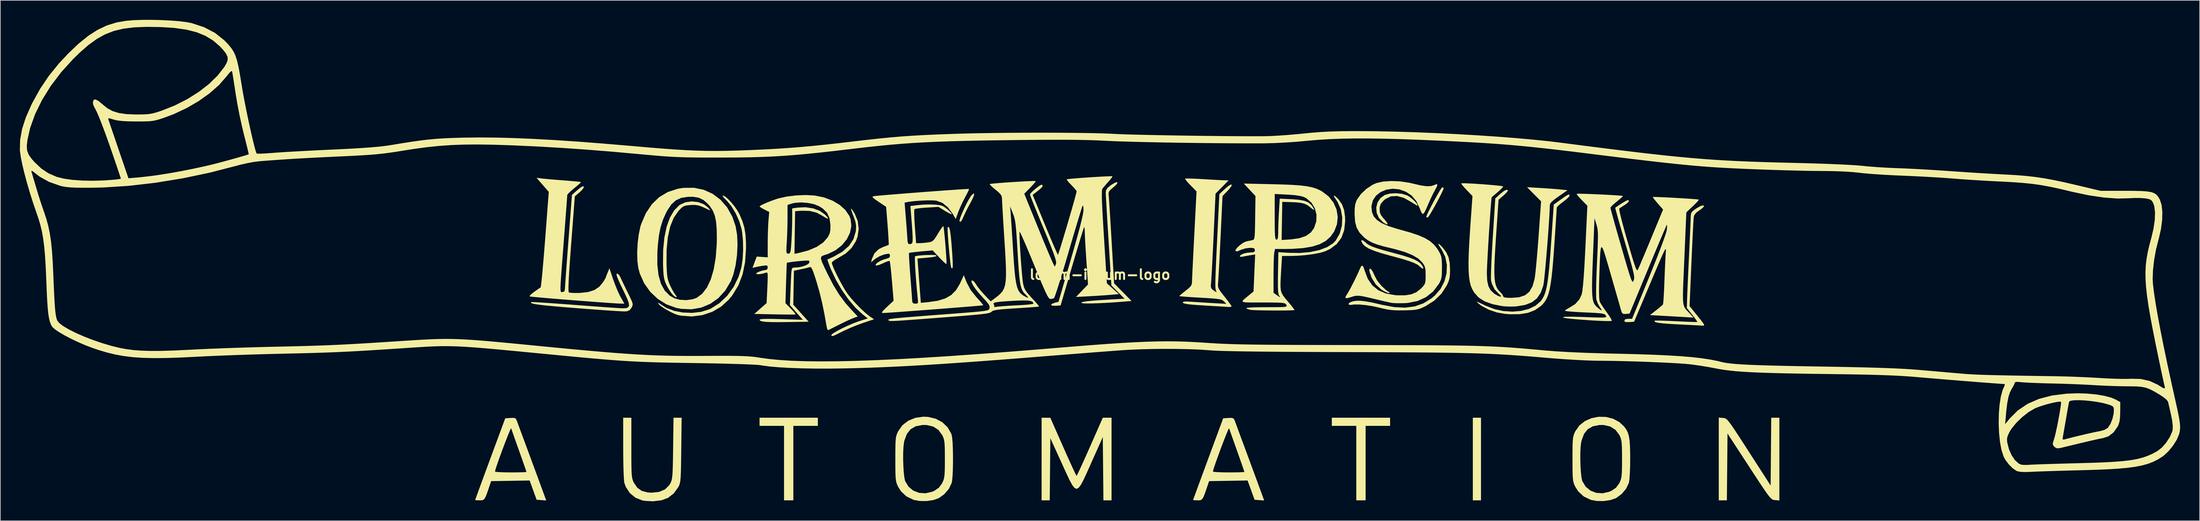
<source format=kicad_pcb>
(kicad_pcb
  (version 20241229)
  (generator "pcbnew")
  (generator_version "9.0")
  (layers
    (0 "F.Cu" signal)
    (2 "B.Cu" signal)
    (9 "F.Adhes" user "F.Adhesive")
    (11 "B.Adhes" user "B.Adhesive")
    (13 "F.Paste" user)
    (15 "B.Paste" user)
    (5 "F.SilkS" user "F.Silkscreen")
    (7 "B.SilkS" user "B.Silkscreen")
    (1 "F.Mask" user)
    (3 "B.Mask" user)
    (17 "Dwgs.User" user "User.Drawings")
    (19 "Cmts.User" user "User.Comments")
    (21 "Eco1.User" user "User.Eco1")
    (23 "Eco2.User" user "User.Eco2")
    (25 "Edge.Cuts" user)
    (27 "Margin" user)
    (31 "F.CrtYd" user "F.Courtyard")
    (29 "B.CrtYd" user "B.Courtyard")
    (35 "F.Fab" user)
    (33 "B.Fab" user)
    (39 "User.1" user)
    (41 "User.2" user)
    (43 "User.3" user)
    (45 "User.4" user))
  (footprint "lorem-ipsum-logo"
    (layer "F.Cu")
    (at 165.753 39.16)
    (property "Reference" "lorem-ipsum-logo" (at 0 0 0) (layer "F.SilkS") (effects (font (size 1.5 1.5) (thickness 0.3))))
    (attr board_only exclude_from_pos_files exclude_from_bom)
    (fp_poly (pts (xy 58.492 28.351) (xy 58.492 34.701) (xy 57.865 34.701) (xy 57.239 34.701) (xy 57.239 28.351) (xy 57.239 22.001) (xy 57.865 22.001) (xy 58.492 22.001)) (stroke (width 0) (type solid)) (fill yes) (layer "F.SilkS"))
    (fp_poly (pts (xy -43.287 22.627) (xy -43.287 23.254) (xy -45.165 23.254) (xy -47.044 23.254) (xy -47.044 28.977) (xy -47.044 34.701) (xy -47.759 34.701) (xy -48.475 34.701) (xy -48.475 28.977) (xy -48.475 23.254) (xy -50.353 23.254) (xy -52.231 23.254) (xy -52.231 22.627) (xy -52.231 22.001) (xy -47.759 22.001) (xy -43.287 22.001)) (stroke (width 0) (type solid)) (fill yes) (layer "F.SilkS"))
    (fp_poly (pts (xy 44.539 22.627) (xy 44.539 23.254) (xy 42.661 23.254) (xy 40.783 23.254) (xy 40.783 28.977) (xy 40.783 34.701) (xy 40.068 34.701) (xy 39.352 34.701) (xy 39.352 28.977) (xy 39.352 23.254) (xy 37.474 23.254) (xy 35.596 23.254) (xy 35.596 22.627) (xy 35.596 22.001) (xy 40.068 22.001) (xy 44.539 22.001)) (stroke (width 0) (type solid)) (fill yes) (layer "F.SilkS"))
    (fp_poly (pts (xy 41.642 -0.803) (xy 41.876 -0.47) (xy 42.105 0.045) (xy 42.526 0.864) (xy 43.165 1.687) (xy 43.912 2.382) (xy 44.272 2.628) (xy 44.496 2.789) (xy 44.411 2.847) (xy 44.336 2.851) (xy 44.035 2.762) (xy 43.564 2.52) (xy 43.181 2.281) (xy 42.349 1.517) (xy 41.718 0.516) (xy 41.397 -0.402) (xy 41.355 -0.799) (xy 41.453 -0.923)) (stroke (width 0) (type solid)) (fill yes) (layer "F.SilkS"))
    (fp_poly (pts (xy -19.318 -12.222) (xy -19.482 -11.78) (xy -19.792 -11.165) (xy -19.833 -11.09) (xy -20.219 -10.378) (xy -20.583 -9.658) (xy -20.831 -9.123) (xy -21.11 -8.504) (xy -21.304 -8.182) (xy -21.448 -8.115) (xy -21.545 -8.213) (xy -21.521 -8.448) (xy -21.363 -8.917) (xy -21.106 -9.543) (xy -20.786 -10.247) (xy -20.441 -10.949) (xy -20.105 -11.572) (xy -19.817 -12.035) (xy -19.732 -12.148) (xy -19.439 -12.443) (xy -19.303 -12.456)) (stroke (width 0) (type solid)) (fill yes) (layer "F.SilkS"))
    (fp_poly (pts (xy 52.751 -13.345) (xy 52.768 -13.303) (xy 52.687 -13.051) (xy 52.47 -12.574) (xy 52.155 -11.942) (xy 51.779 -11.224) (xy 51.38 -10.489) (xy 50.995 -9.807) (xy 50.662 -9.246) (xy 50.418 -8.877) (xy 50.308 -8.766) (xy 50.1 -8.821) (xy 50.085 -8.852) (xy 50.165 -9.101) (xy 50.38 -9.576) (xy 50.693 -10.208) (xy 51.067 -10.927) (xy 51.465 -11.665) (xy 51.849 -12.351) (xy 52.182 -12.918) (xy 52.427 -13.295) (xy 52.541 -13.415)) (stroke (width 0) (type solid)) (fill yes) (layer "F.SilkS"))
    (fp_poly (pts (xy -23.101 -7.165) (xy -22.994 -6.742) (xy -22.894 -6.041) (xy -22.795 -5.032) (xy -22.722 -4.111) (xy -22.637 -2.891) (xy -22.588 -1.996) (xy -22.576 -1.394) (xy -22.602 -1.052) (xy -22.668 -0.94) (xy -22.773 -1.025) (xy -22.817 -1.091) (xy -22.875 -1.33) (xy -22.949 -1.845) (xy -23.032 -2.564) (xy -23.118 -3.416) (xy -23.201 -4.328) (xy -23.275 -5.229) (xy -23.333 -6.047) (xy -23.37 -6.711) (xy -23.378 -7.148) (xy -23.359 -7.287) (xy -23.221 -7.337)) (stroke (width 0) (type solid)) (fill yes) (layer "F.SilkS"))
    (fp_poly (pts (xy 40.423 -5.222) (xy 40.74 -4.964) (xy 41.037 -4.716) (xy 41.394 -4.494) (xy 41.865 -4.279) (xy 42.502 -4.051) (xy 43.356 -3.792) (xy 44.48 -3.48) (xy 45.165 -3.298) (xy 46.489 -2.933) (xy 47.51 -2.612) (xy 48.274 -2.314) (xy 48.829 -2.015) (xy 49.224 -1.693) (xy 49.505 -1.325) (xy 49.571 -1.209) (xy 49.646 -0.951) (xy 49.514 -0.919) (xy 49.24 -1.11) (xy 49.104 -1.248) (xy 48.769 -1.515) (xy 48.222 -1.791) (xy 47.429 -2.089) (xy 46.356 -2.422) (xy 44.97 -2.802) (xy 44.715 -2.868) (xy 43.241 -3.277) (xy 42.093 -3.656) (xy 41.243 -4.02) (xy 40.659 -4.38) (xy 40.327 -4.729) (xy 40.123 -5.137) (xy 40.168 -5.309)) (stroke (width 0) (type solid)) (fill yes) (layer "F.SilkS"))
    (fp_poly (pts (xy 46.331 -12.422) (xy 47.138 -12.186) (xy 47.147 -12.182) (xy 47.55 -11.939) (xy 47.99 -11.587) (xy 48.393 -11.2) (xy 48.68 -10.855) (xy 48.773 -10.628) (xy 48.759 -10.599) (xy 48.595 -10.662) (xy 48.221 -10.88) (xy 47.771 -11.171) (xy 46.642 -11.793) (xy 45.608 -12.079) (xy 44.675 -12.028) (xy 43.852 -11.641) (xy 43.511 -11.349) (xy 43.118 -10.877) (xy 42.952 -10.407) (xy 42.93 -10.031) (xy 42.974 -9.548) (xy 43.149 -9.134) (xy 43.517 -8.659) (xy 43.668 -8.492) (xy 44.051 -8.021) (xy 44.164 -7.755) (xy 44.02 -7.714) (xy 43.631 -7.921) (xy 43.416 -8.074) (xy 42.811 -8.717) (xy 42.479 -9.486) (xy 42.414 -10.303) (xy 42.611 -11.089) (xy 43.064 -11.766) (xy 43.72 -12.234) (xy 44.47 -12.448) (xy 45.392 -12.51)) (stroke (width 0) (type solid)) (fill yes) (layer "F.SilkS"))
    (fp_poly (pts (xy 95.638 22.035) (xy 95.817 22.057) (xy 95.983 22.107) (xy 96.159 22.218) (xy 96.366 22.417) (xy 96.628 22.737) (xy 96.969 23.205) (xy 97.41 23.854) (xy 97.974 24.711) (xy 98.685 25.808) (xy 99.566 27.175) (xy 99.618 27.255) (xy 102.942 32.42) (xy 102.989 27.211) (xy 103.036 22.001) (xy 103.66 22.001) (xy 104.283 22.001) (xy 104.283 28.362) (xy 104.283 34.723) (xy 103.62 34.667) (xy 103.438 34.646) (xy 103.27 34.596) (xy 103.093 34.487) (xy 102.884 34.288) (xy 102.62 33.97) (xy 102.277 33.503) (xy 101.832 32.857) (xy 101.262 32.001) (xy 100.543 30.906) (xy 99.653 29.541) (xy 99.64 29.521) (xy 96.323 24.43) (xy 96.276 29.566) (xy 96.228 34.701) (xy 95.605 34.701) (xy 94.982 34.701) (xy 94.982 28.341) (xy 94.982 21.98)) (stroke (width 0) (type solid)) (fill yes) (layer "F.SilkS"))
    (fp_poly (pts (xy 1.789 28.351) (xy 1.789 34.701) (xy 1.166 34.701) (xy 0.542 34.701) (xy 0.495 29.839) (xy 0.447 24.976) (xy -1.327 28.944) (xy -1.968 30.382) (xy -2.482 31.5) (xy -2.902 32.298) (xy -3.26 32.777) (xy -3.586 32.938) (xy -3.912 32.78) (xy -4.271 32.305) (xy -4.693 31.514) (xy -5.212 30.406) (xy -5.836 29.031) (xy -7.602 25.15) (xy -7.65 29.926) (xy -7.697 34.701) (xy -8.321 34.701) (xy -8.944 34.701) (xy -8.944 28.351) (xy -8.944 22.001) (xy -8.273 22.005) (xy -7.602 22.009) (xy -5.635 26.477) (xy -5.115 27.648) (xy -4.641 28.705) (xy -4.231 29.605) (xy -3.904 30.305) (xy -3.681 30.764) (xy -3.579 30.94) (xy -3.577 30.941) (xy -3.485 30.783) (xy -3.269 30.339) (xy -2.948 29.652) (xy -2.543 28.763) (xy -2.072 27.714) (xy -1.555 26.548) (xy -1.52 26.47) (xy 0.447 22.002) (xy 1.118 22.002) (xy 1.789 22.001)) (stroke (width 0) (type solid)) (fill yes) (layer "F.SilkS"))
    (fp_poly (pts (xy 2.706 -14.11) (xy 2.516 -13.82) (xy 2.063 -13.411) (xy 1.608 -13.027) (xy 1.385 -12.733) (xy 1.329 -12.416) (xy 1.349 -12.163) (xy 1.377 -11.843) (xy 1.423 -11.21) (xy 1.483 -10.31) (xy 1.555 -9.189) (xy 1.636 -7.891) (xy 1.723 -6.462) (xy 1.804 -5.098) (xy 2.183 1.342) (xy 3.52 2.701) (xy 4.857 4.06) (xy 3.457 4.173) (xy 2.083 4.275) (xy 0.791 4.354) (xy -0.373 4.407) (xy -1.365 4.435) (xy -2.14 4.436) (xy -2.654 4.408) (xy -2.86 4.351) (xy -2.862 4.343) (xy -2.765 4.252) (xy -2.454 4.167) (xy -1.901 4.087) (xy -1.078 4.007) (xy 0.042 3.924) (xy 1.49 3.835) (xy 1.669 3.825) (xy 3.785 3.706) (xy 2.775 2.685) (xy 1.764 1.664) (xy 1.333 -5.205) (xy 1.236 -6.759) (xy 1.146 -8.218) (xy 1.067 -9.54) (xy 1 -10.683) (xy 0.947 -11.602) (xy 0.913 -12.257) (xy 0.898 -12.603) (xy 0.898 -12.625) (xy 0.953 -12.997) (xy 1.17 -13.322) (xy 1.622 -13.698) (xy 1.714 -13.764) (xy 2.276 -14.111) (xy 2.616 -14.216)) (stroke (width 0) (type solid)) (fill yes) (layer "F.SilkS"))
    (fp_poly (pts (xy -61.681 -11.15) (xy -60.799 -10.822) (xy -60.182 -10.354) (xy -59.904 -10.034) (xy -59.804 -9.871) (xy -59.833 -9.868) (xy -60.086 -9.984) (xy -60.543 -10.197) (xy -60.887 -10.359) (xy -61.536 -10.613) (xy -62.156 -10.711) (xy -62.843 -10.694) (xy -63.453 -10.632) (xy -63.866 -10.509) (xy -64.221 -10.257) (xy -64.658 -9.804) (xy -64.692 -9.765) (xy -65.41 -8.721) (xy -65.951 -7.37) (xy -66.314 -5.717) (xy -66.498 -3.769) (xy -66.509 -1.706) (xy -66.471 -0.707) (xy -66.419 0.025) (xy -66.338 0.578) (xy -66.213 1.041) (xy -66.03 1.505) (xy -65.944 1.694) (xy -65.642 2.303) (xy -65.351 2.814) (xy -65.162 3.082) (xy -64.948 3.382) (xy -64.977 3.492) (xy -65.189 3.411) (xy -65.521 3.135) (xy -65.558 3.097) (xy -65.908 2.648) (xy -66.291 2.033) (xy -66.512 1.61) (xy -66.713 1.153) (xy -66.852 0.713) (xy -66.943 0.205) (xy -67.001 -0.462) (xy -67.039 -1.375) (xy -67.048 -1.67) (xy -67.027 -3.793) (xy -66.84 -5.695) (xy -66.493 -7.354) (xy -65.993 -8.747) (xy -65.345 -9.855) (xy -64.555 -10.655) (xy -64.45 -10.731) (xy -63.612 -11.113) (xy -62.654 -11.25)) (stroke (width 0) (type solid)) (fill yes) (layer "F.SilkS"))
    (fp_poly (pts (xy -57.547 -12.023) (xy -57.098 -11.648) (xy -56.584 -11.108) (xy -56.068 -10.474) (xy -55.612 -9.815) (xy -55.303 -9.258) (xy -54.862 -8.216) (xy -54.565 -7.224) (xy -54.389 -6.173) (xy -54.314 -4.953) (xy -54.31 -4.025) (xy -54.451 -1.906) (xy -54.836 -0.026) (xy -55.476 1.646) (xy -56.381 3.141) (xy -56.957 3.857) (xy -58.13 4.926) (xy -59.499 5.724) (xy -61.013 6.232) (xy -62.619 6.436) (xy -64.266 6.318) (xy -64.685 6.235) (xy -65.197 6.064) (xy -65.827 5.774) (xy -66.489 5.417) (xy -67.091 5.044) (xy -67.546 4.708) (xy -67.764 4.459) (xy -67.766 4.452) (xy -67.76 4.323) (xy -67.556 4.453) (xy -67.506 4.496) (xy -66.522 5.131) (xy -65.315 5.58) (xy -63.97 5.834) (xy -62.573 5.885) (xy -61.211 5.725) (xy -59.969 5.346) (xy -59.711 5.228) (xy -58.367 4.374) (xy -57.181 3.235) (xy -56.193 1.866) (xy -55.442 0.32) (xy -55.004 -1.163) (xy -54.83 -2.371) (xy -54.755 -3.761) (xy -54.779 -5.183) (xy -54.903 -6.486) (xy -54.998 -7.022) (xy -55.347 -8.197) (xy -55.876 -9.384) (xy -56.521 -10.465) (xy -57.222 -11.326) (xy -57.345 -11.443) (xy -57.714 -11.818) (xy -57.898 -12.079) (xy -57.87 -12.163)) (stroke (width 0) (type solid)) (fill yes) (layer "F.SilkS"))
    (fp_poly (pts (xy 52.05 -4.708) (xy 52.372 -4.414) (xy 52.587 -4.178) (xy 53.153 -3.431) (xy 53.507 -2.67) (xy 53.69 -1.782) (xy 53.74 -0.805) (xy 53.724 0.006) (xy 53.645 0.61) (xy 53.471 1.158) (xy 53.246 1.653) (xy 52.431 2.918) (xy 51.33 3.996) (xy 49.985 4.848) (xy 49.949 4.866) (xy 49.4 5.124) (xy 48.939 5.296) (xy 48.463 5.401) (xy 47.871 5.459) (xy 47.06 5.49) (xy 46.69 5.498) (xy 45.649 5.503) (xy 44.817 5.46) (xy 44.048 5.352) (xy 43.194 5.163) (xy 42.84 5.073) (xy 41.809 4.845) (xy 40.756 4.684) (xy 39.778 4.598) (xy 38.967 4.597) (xy 38.48 4.669) (xy 38.214 4.612) (xy 38.156 4.527) (xy 38.261 4.346) (xy 38.654 4.163) (xy 38.83 4.11) (xy 39.363 4.022) (xy 40.02 4.024) (xy 40.855 4.123) (xy 41.92 4.326) (xy 43.27 4.638) (xy 43.287 4.642) (xy 45.166 4.997) (xy 46.835 5.081) (xy 48.325 4.889) (xy 49.666 4.415) (xy 50.888 3.655) (xy 51.439 3.189) (xy 52.292 2.187) (xy 52.884 1.03) (xy 53.208 -0.213) (xy 53.254 -1.478) (xy 53.014 -2.698) (xy 52.478 -3.807) (xy 52.38 -3.949) (xy 52.041 -4.461) (xy 51.935 -4.719)) (stroke (width 0) (type solid)) (fill yes) (layer "F.SilkS"))
    (fp_poly (pts (xy -71.907 26.614) (xy -71.906 28.024) (xy -71.9 29.124) (xy -71.885 29.962) (xy -71.858 30.587) (xy -71.815 31.047) (xy -71.754 31.389) (xy -71.669 31.662) (xy -71.558 31.914) (xy -71.505 32.021) (xy -70.986 32.772) (xy -70.302 33.251) (xy -69.401 33.487) (xy -68.795 33.525) (xy -67.656 33.408) (xy -66.759 33.029) (xy -66.102 32.386) (xy -65.926 32.096) (xy -65.814 31.858) (xy -65.725 31.595) (xy -65.658 31.259) (xy -65.607 30.804) (xy -65.569 30.183) (xy -65.541 29.349) (xy -65.519 28.256) (xy -65.499 26.857) (xy -65.497 26.697) (xy -65.437 22.001) (xy -64.814 22.001) (xy -64.19 22.001) (xy -64.248 26.965) (xy -64.266 28.435) (xy -64.285 29.593) (xy -64.309 30.484) (xy -64.341 31.153) (xy -64.385 31.646) (xy -64.445 32.007) (xy -64.523 32.284) (xy -64.624 32.519) (xy -64.697 32.661) (xy -65.391 33.627) (xy -66.277 34.316) (xy -67.251 34.684) (xy -68.567 34.849) (xy -69.822 34.788) (xy -70.236 34.709) (xy -71.292 34.283) (xy -72.148 33.577) (xy -72.762 32.633) (xy -72.977 32.039) (xy -73.026 31.686) (xy -73.07 31.03) (xy -73.107 30.127) (xy -73.136 29.032) (xy -73.153 27.799) (xy -73.158 26.697) (xy -73.159 22.001) (xy -72.533 22.001) (xy -71.907 22.001)) (stroke (width 0) (type solid)) (fill yes) (layer "F.SilkS"))
    (fp_poly (pts (xy -74.028 -0.144) (xy -73.781 0.068) (xy -73.606 0.369) (xy -73.457 0.701) (xy -73.188 1.269) (xy -72.839 1.991) (xy -72.5 2.683) (xy -72.106 3.485) (xy -71.854 4.036) (xy -71.724 4.405) (xy -71.7 4.662) (xy -71.763 4.878) (xy -71.882 5.098) (xy -72.168 5.469) (xy -72.544 5.629) (xy -72.9 5.662) (xy -73.236 5.654) (xy -73.884 5.62) (xy -74.8 5.563) (xy -75.939 5.486) (xy -77.256 5.392) (xy -78.707 5.284) (xy -80.246 5.165) (xy -80.314 5.159) (xy -82.166 5.01) (xy -83.687 4.879) (xy -84.902 4.764) (xy -85.839 4.661) (xy -86.523 4.566) (xy -86.98 4.476) (xy -87.236 4.388) (xy -87.317 4.297) (xy -87.278 4.225) (xy -87.088 4.222) (xy -86.582 4.244) (xy -85.798 4.29) (xy -84.777 4.357) (xy -83.559 4.441) (xy -82.183 4.541) (xy -80.69 4.654) (xy -80.582 4.663) (xy -79.047 4.78) (xy -77.597 4.888) (xy -76.277 4.984) (xy -75.133 5.064) (xy -74.21 5.126) (xy -73.553 5.166) (xy -73.21 5.181) (xy -72.702 5.152) (xy -72.385 5.028) (xy -72.258 4.767) (xy -72.317 4.327) (xy -72.562 3.668) (xy -72.99 2.747) (xy -73.07 2.583) (xy -73.574 1.538) (xy -73.921 0.775) (xy -74.122 0.261) (xy -74.188 -0.038) (xy -74.132 -0.153)) (stroke (width 0) (type solid)) (fill yes) (layer "F.SilkS"))
    (fp_poly (pts (xy 72.072 -12.242) (xy 72.082 -12.119) (xy 71.944 -11.908) (xy 71.586 -11.572) (xy 71.098 -11.193) (xy 70.602 -10.81) (xy 70.25 -10.486) (xy 70.118 -10.293) (xy 70.107 -10.071) (xy 70.074 -9.538) (xy 70.023 -8.739) (xy 69.956 -7.721) (xy 69.877 -6.53) (xy 69.789 -5.211) (xy 69.759 -4.76) (xy 69.618 -2.768) (xy 69.48 -1.098) (xy 69.339 0.285) (xy 69.186 1.417) (xy 69.014 2.332) (xy 68.815 3.067) (xy 68.58 3.656) (xy 68.304 4.135) (xy 67.977 4.539) (xy 67.652 4.851) (xy 66.754 5.472) (xy 65.697 5.881) (xy 64.437 6.086) (xy 62.93 6.098) (xy 62.181 6.044) (xy 60.912 5.816) (xy 59.676 5.391) (xy 58.598 4.818) (xy 58.134 4.471) (xy 57.904 4.266) (xy 57.84 4.175) (xy 57.979 4.208) (xy 58.358 4.377) (xy 59.013 4.692) (xy 59.207 4.786) (xy 60.535 5.301) (xy 61.921 5.602) (xy 63.307 5.694) (xy 64.631 5.584) (xy 65.835 5.278) (xy 66.86 4.781) (xy 67.645 4.099) (xy 67.768 3.941) (xy 68.019 3.549) (xy 68.234 3.095) (xy 68.419 2.542) (xy 68.581 1.854) (xy 68.726 0.994) (xy 68.86 -0.075) (xy 68.989 -1.39) (xy 69.119 -2.988) (xy 69.257 -4.905) (xy 69.262 -4.982) (xy 69.658 -10.769) (xy 70.761 -11.556) (xy 71.386 -11.994) (xy 71.778 -12.24) (xy 71.99 -12.315)) (stroke (width 0) (type solid)) (fill yes) (layer "F.SilkS"))
    (fp_poly (pts (xy 92.679 -10.603) (xy 92.662 -10.401) (xy 92.313 -10.088) (xy 92.042 -9.907) (xy 91.496 -9.501) (xy 91.217 -9.114) (xy 91.146 -8.854) (xy 91.12 -8.556) (xy 91.082 -7.944) (xy 91.034 -7.063) (xy 90.978 -5.955) (xy 90.916 -4.666) (xy 90.85 -3.238) (xy 90.785 -1.734) (xy 90.503 4.849) (xy 91.547 6.136) (xy 92.128 6.855) (xy 92.504 7.342) (xy 92.7 7.64) (xy 92.739 7.793) (xy 92.643 7.846) (xy 92.443 7.843) (xy 92.137 7.826) (xy 91.539 7.795) (xy 90.714 7.752) (xy 89.727 7.703) (xy 88.721 7.653) (xy 87.38 7.577) (xy 86.372 7.497) (xy 85.675 7.407) (xy 85.262 7.305) (xy 85.111 7.186) (xy 85.156 7.083) (xy 85.351 7.066) (xy 85.845 7.069) (xy 86.58 7.089) (xy 87.497 7.124) (xy 88.439 7.169) (xy 89.468 7.219) (xy 90.366 7.257) (xy 91.075 7.282) (xy 91.537 7.29) (xy 91.694 7.283) (xy 91.616 7.129) (xy 91.364 6.771) (xy 90.988 6.278) (xy 90.913 6.183) (xy 90.081 5.134) (xy 90.124 3.685) (xy 90.144 3.129) (xy 90.179 2.277) (xy 90.226 1.189) (xy 90.283 -0.074) (xy 90.347 -1.451) (xy 90.415 -2.881) (xy 90.427 -3.13) (xy 90.492 -4.507) (xy 90.552 -5.792) (xy 90.603 -6.933) (xy 90.644 -7.882) (xy 90.673 -8.588) (xy 90.686 -9.001) (xy 90.687 -9.059) (xy 90.734 -9.412) (xy 90.919 -9.701) (xy 91.316 -10.019) (xy 91.594 -10.202) (xy 92.211 -10.55) (xy 92.586 -10.644)) (stroke (width 0) (type solid)) (fill yes) (layer "F.SilkS"))
    (fp_poly (pts (xy -38.081 -10.054) (xy -37.846 -9.719) (xy -37.627 -9.364) (xy -37.166 -8.239) (xy -37.018 -7.031) (xy -37.187 -5.829) (xy -37.461 -5.109) (xy -38.111 -4.089) (xy -38.993 -3.254) (xy -40.167 -2.55) (xy -40.176 -2.545) (xy -40.69 -2.254) (xy -41.04 -1.98) (xy -41.141 -1.817) (xy -41.056 -1.482) (xy -40.827 -0.914) (xy -40.491 -0.187) (xy -40.085 0.623) (xy -39.649 1.441) (xy -39.218 2.194) (xy -38.832 2.806) (xy -38.749 2.925) (xy -38.18 3.646) (xy -37.466 4.444) (xy -36.692 5.233) (xy -35.943 5.928) (xy -35.302 6.443) (xy -35.174 6.531) (xy -34.663 6.863) (xy -36.337 7.425) (xy -37.295 7.776) (xy -38.344 8.205) (xy -39.291 8.634) (xy -39.491 8.733) (xy -40.215 9.098) (xy -40.683 9.324) (xy -40.957 9.433) (xy -41.101 9.447) (xy -41.177 9.386) (xy -41.219 9.319) (xy -41.12 9.167) (xy -40.754 8.912) (xy -40.185 8.587) (xy -39.478 8.224) (xy -38.697 7.856) (xy -37.907 7.515) (xy -37.171 7.233) (xy -36.907 7.145) (xy -35.625 6.736) (xy -36.46 6.071) (xy -37.522 5.079) (xy -38.588 3.815) (xy -39.606 2.36) (xy -40.519 0.796) (xy -41.275 -0.798) (xy -41.582 -1.592) (xy -41.835 -2.309) (xy -40.846 -2.762) (xy -39.513 -3.518) (xy -38.504 -4.416) (xy -37.821 -5.454) (xy -37.468 -6.627) (xy -37.441 -6.843) (xy -37.415 -7.496) (xy -37.51 -8.098) (xy -37.754 -8.818) (xy -37.804 -8.944) (xy -38.025 -9.523) (xy -38.167 -9.956) (xy -38.2 -10.155) (xy -38.199 -10.156)) (stroke (width 0) (type solid)) (fill yes) (layer "F.SilkS"))
    (fp_poly (pts (xy -60.8 -13.035) (xy -59.429 -12.415) (xy -58.223 -11.507) (xy -57.207 -10.33) (xy -56.411 -8.905) (xy -55.904 -7.43) (xy -55.679 -6.108) (xy -55.611 -4.595) (xy -55.691 -3) (xy -55.908 -1.435) (xy -56.253 -0.008) (xy -56.636 1.006) (xy -57.487 2.445) (xy -58.55 3.613) (xy -59.793 4.494) (xy -61.184 5.073) (xy -62.693 5.334) (xy -64.287 5.262) (xy -65.02 5.118) (xy -66.514 4.576) (xy -67.86 3.735) (xy -69.018 2.639) (xy -69.947 1.328) (xy -70.608 -0.154) (xy -70.844 -1.034) (xy -70.909 -1.544) (xy -67.923 -1.544) (xy -67.74 0.077) (xy -67.361 1.41) (xy -66.783 2.462) (xy -66.004 3.242) (xy -65.287 3.65) (xy -64.458 3.872) (xy -63.493 3.923) (xy -62.554 3.807) (xy -61.893 3.579) (xy -61.038 2.946) (xy -60.311 1.993) (xy -59.718 0.739) (xy -59.265 -0.8) (xy -58.959 -2.607) (xy -58.804 -4.665) (xy -58.786 -5.545) (xy -58.808 -6.979) (xy -58.906 -8.125) (xy -59.096 -9.044) (xy -59.393 -9.802) (xy -59.814 -10.461) (xy -60.125 -10.826) (xy -60.817 -11.449) (xy -61.554 -11.816) (xy -62.437 -11.963) (xy -63.246 -11.951) (xy -64.243 -11.793) (xy -65.054 -11.431) (xy -65.738 -10.819) (xy -66.356 -9.913) (xy -66.59 -9.474) (xy -67.067 -8.401) (xy -67.422 -7.273) (xy -67.675 -6.008) (xy -67.843 -4.523) (xy -67.912 -3.459) (xy -67.923 -1.544) (xy -70.909 -1.544) (xy -70.983 -2.123) (xy -71.012 -3.424) (xy -70.94 -4.814) (xy -70.776 -6.165) (xy -70.527 -7.354) (xy -70.404 -7.762) (xy -69.684 -9.434) (xy -68.759 -10.816) (xy -67.631 -11.905) (xy -66.303 -12.698) (xy -64.778 -13.194) (xy -63.927 -13.331) (xy -62.309 -13.347)) (stroke (width 0) (type solid)) (fill yes) (layer "F.SilkS"))
    (fp_poly (pts (xy -89.682 22.113) (xy -89.524 22.357) (xy -89.476 22.484) (xy -89.365 22.787) (xy -89.149 23.374) (xy -88.848 24.191) (xy -88.48 25.187) (xy -88.065 26.309) (xy -87.74 27.189) (xy -87.271 28.457) (xy -86.806 29.718) (xy -86.371 30.899) (xy -85.993 31.928) (xy -85.697 32.733) (xy -85.579 33.057) (xy -84.973 34.722) (xy -85.709 34.667) (xy -86.446 34.612) (xy -86.982 33.132) (xy -87.519 31.652) (xy -90.472 31.701) (xy -93.426 31.75) (xy -93.667 32.465) (xy -93.974 33.371) (xy -94.204 33.992) (xy -94.391 34.381) (xy -94.573 34.593) (xy -94.786 34.682) (xy -95.066 34.701) (xy -95.175 34.701) (xy -95.618 34.688) (xy -95.861 34.656) (xy -95.876 34.643) (xy -95.816 34.468) (xy -95.646 33.995) (xy -95.379 33.261) (xy -95.028 32.303) (xy -94.608 31.158) (xy -94.283 30.274) (xy -92.836 30.274) (xy -92.668 30.323) (xy -92.207 30.364) (xy -91.519 30.394) (xy -90.668 30.408) (xy -90.42 30.408) (xy -89.538 30.403) (xy -88.8 30.39) (xy -88.272 30.369) (xy -88.018 30.344) (xy -88.006 30.337) (xy -88.063 30.154) (xy -88.221 29.687) (xy -88.463 28.991) (xy -88.77 28.117) (xy -89.123 27.12) (xy -89.14 27.072) (xy -89.501 26.056) (xy -89.823 25.146) (xy -90.086 24.401) (xy -90.27 23.877) (xy -90.355 23.632) (xy -90.356 23.63) (xy -90.43 23.731) (xy -90.601 24.111) (xy -90.847 24.709) (xy -91.145 25.467) (xy -91.472 26.326) (xy -91.808 27.227) (xy -92.13 28.11) (xy -92.416 28.917) (xy -92.643 29.587) (xy -92.791 30.063) (xy -92.836 30.274) (xy -94.283 30.274) (xy -94.133 29.864) (xy -93.614 28.459) (xy -93.57 28.338) (xy -91.263 22.091) (xy -90.46 22.037) (xy -89.954 22.025)) (stroke (width 0) (type solid)) (fill yes) (layer "F.SilkS"))
    (fp_poly (pts (xy 20.504 22.113) (xy 20.662 22.357) (xy 20.71 22.484) (xy 20.821 22.787) (xy 21.037 23.374) (xy 21.338 24.191) (xy 21.706 25.187) (xy 22.121 26.309) (xy 22.446 27.189) (xy 22.915 28.457) (xy 23.38 29.718) (xy 23.815 30.899) (xy 24.193 31.928) (xy 24.488 32.733) (xy 24.607 33.057) (xy 25.213 34.722) (xy 24.476 34.667) (xy 23.74 34.612) (xy 23.204 33.132) (xy 22.667 31.652) (xy 19.714 31.701) (xy 16.76 31.75) (xy 16.519 32.465) (xy 16.212 33.371) (xy 15.982 33.992) (xy 15.795 34.381) (xy 15.613 34.593) (xy 15.4 34.682) (xy 15.12 34.701) (xy 15.011 34.701) (xy 14.568 34.688) (xy 14.325 34.656) (xy 14.31 34.643) (xy 14.37 34.468) (xy 14.54 33.995) (xy 14.807 33.261) (xy 15.157 32.303) (xy 15.577 31.158) (xy 15.903 30.274) (xy 17.35 30.274) (xy 17.518 30.323) (xy 17.979 30.364) (xy 18.667 30.394) (xy 19.517 30.408) (xy 19.765 30.408) (xy 20.648 30.403) (xy 21.386 30.39) (xy 21.914 30.369) (xy 22.168 30.344) (xy 22.18 30.337) (xy 22.123 30.154) (xy 21.964 29.687) (xy 21.722 28.991) (xy 21.416 28.117) (xy 21.063 27.12) (xy 21.046 27.072) (xy 20.685 26.056) (xy 20.363 25.146) (xy 20.1 24.401) (xy 19.915 23.877) (xy 19.831 23.632) (xy 19.83 23.63) (xy 19.756 23.731) (xy 19.584 24.111) (xy 19.339 24.709) (xy 19.041 25.467) (xy 18.714 26.326) (xy 18.378 27.227) (xy 18.056 28.11) (xy 17.77 28.917) (xy 17.543 29.587) (xy 17.395 30.063) (xy 17.35 30.274) (xy 15.903 30.274) (xy 16.053 29.864) (xy 16.572 28.459) (xy 16.616 28.338) (xy 18.923 22.091) (xy 19.726 22.037) (xy 20.232 22.025)) (stroke (width 0) (type solid)) (fill yes) (layer "F.SilkS"))
    (fp_poly (pts (xy -26.386 21.874) (xy -25.21 22.15) (xy -24.188 22.694) (xy -23.376 23.465) (xy -22.828 24.42) (xy -22.742 24.671) (xy -22.662 25.139) (xy -22.601 25.885) (xy -22.562 26.826) (xy -22.543 27.882) (xy -22.544 28.973) (xy -22.566 30.018) (xy -22.609 30.937) (xy -22.672 31.648) (xy -22.742 32.032) (xy -23.174 32.931) (xy -23.862 33.744) (xy -24.706 34.354) (xy -24.747 34.376) (xy -25.58 34.662) (xy -26.593 34.809) (xy -27.632 34.804) (xy -28.544 34.64) (xy -28.58 34.628) (xy -29.673 34.102) (xy -30.518 33.319) (xy -30.966 32.609) (xy -31.115 32.29) (xy -31.225 31.981) (xy -31.301 31.622) (xy -31.35 31.153) (xy -31.377 30.513) (xy -31.389 29.641) (xy -31.392 28.478) (xy -31.392 28.38) (xy -30.193 28.38) (xy -30.163 29.395) (xy -30.104 30.344) (xy -30.017 31.136) (xy -29.906 31.679) (xy -29.881 31.75) (xy -29.371 32.597) (xy -28.64 33.204) (xy -27.75 33.551) (xy -26.765 33.617) (xy -25.745 33.382) (xy -25.393 33.226) (xy -24.71 32.759) (xy -24.232 32.101) (xy -24.193 32.025) (xy -24.04 31.694) (xy -23.931 31.359) (xy -23.86 30.952) (xy -23.817 30.406) (xy -23.796 29.652) (xy -23.79 28.624) (xy -23.79 28.351) (xy -23.794 27.253) (xy -23.811 26.444) (xy -23.848 25.857) (xy -23.913 25.425) (xy -24.012 25.08) (xy -24.155 24.754) (xy -24.193 24.678) (xy -24.779 23.879) (xy -25.585 23.357) (xy -26.591 23.122) (xy -27.236 23.119) (xy -28.259 23.316) (xy -29.048 23.767) (xy -29.621 24.489) (xy -29.996 25.502) (xy -30.07 25.847) (xy -30.149 26.515) (xy -30.189 27.39) (xy -30.193 28.38) (xy -31.392 28.38) (xy -31.392 28.351) (xy -31.39 27.159) (xy -31.379 26.263) (xy -31.354 25.604) (xy -31.307 25.121) (xy -31.234 24.754) (xy -31.127 24.442) (xy -30.982 24.125) (xy -30.961 24.083) (xy -30.313 23.164) (xy -29.419 22.468) (xy -28.331 22.02) (xy -27.101 21.845)) (stroke (width 0) (type solid)) (fill yes) (layer "F.SilkS"))
    (fp_poly (pts (xy 77.673 21.88) (xy 78.755 22.152) (xy 79.732 22.675) (xy 80.45 23.348) (xy 80.771 23.784) (xy 81.011 24.246) (xy 81.181 24.794) (xy 81.293 25.487) (xy 81.357 26.384) (xy 81.384 27.544) (xy 81.387 28.351) (xy 81.375 29.488) (xy 81.339 30.502) (xy 81.285 31.326) (xy 81.216 31.889) (xy 81.183 32.032) (xy 80.751 32.931) (xy 80.063 33.744) (xy 79.22 34.354) (xy 79.179 34.376) (xy 78.346 34.662) (xy 77.333 34.809) (xy 76.293 34.804) (xy 75.381 34.64) (xy 75.345 34.628) (xy 74.252 34.102) (xy 73.407 33.319) (xy 72.96 32.609) (xy 72.81 32.29) (xy 72.701 31.981) (xy 72.624 31.622) (xy 72.576 31.153) (xy 72.548 30.513) (xy 72.536 29.641) (xy 72.533 28.478) (xy 72.533 28.38) (xy 73.733 28.38) (xy 73.762 29.395) (xy 73.821 30.344) (xy 73.908 31.136) (xy 74.019 31.679) (xy 74.044 31.75) (xy 74.555 32.597) (xy 75.286 33.204) (xy 76.175 33.551) (xy 77.161 33.617) (xy 78.18 33.382) (xy 78.532 33.226) (xy 79.215 32.759) (xy 79.693 32.101) (xy 79.733 32.025) (xy 79.885 31.694) (xy 79.994 31.359) (xy 80.066 30.952) (xy 80.108 30.406) (xy 80.129 29.652) (xy 80.135 28.624) (xy 80.135 28.351) (xy 80.131 27.253) (xy 80.115 26.444) (xy 80.078 25.857) (xy 80.013 25.425) (xy 79.913 25.08) (xy 79.771 24.754) (xy 79.733 24.678) (xy 79.146 23.879) (xy 78.34 23.357) (xy 77.335 23.122) (xy 76.689 23.119) (xy 75.666 23.316) (xy 74.878 23.767) (xy 74.305 24.489) (xy 73.929 25.502) (xy 73.855 25.847) (xy 73.777 26.515) (xy 73.737 27.39) (xy 73.733 28.38) (xy 72.533 28.38) (xy 72.533 28.351) (xy 72.535 27.159) (xy 72.546 26.263) (xy 72.572 25.604) (xy 72.618 25.121) (xy 72.692 24.754) (xy 72.798 24.442) (xy 72.944 24.125) (xy 72.965 24.083) (xy 73.594 23.189) (xy 74.445 22.516) (xy 75.452 22.069) (xy 76.55 21.855)) (stroke (width 0) (type solid)) (fill yes) (layer "F.SilkS"))
    (fp_poly (pts (xy -85.667 -14.776) (xy -85.198 -14.726) (xy -84.464 -14.657) (xy -83.554 -14.579) (xy -82.56 -14.499) (xy -82.282 -14.478) (xy -81.361 -14.405) (xy -80.575 -14.335) (xy -79.99 -14.276) (xy -79.67 -14.234) (xy -79.63 -14.222) (xy -79.731 -14.092) (xy -80.051 -13.799) (xy -80.526 -13.402) (xy -80.657 -13.297) (xy -81.172 -12.862) (xy -81.556 -12.492) (xy -81.738 -12.256) (xy -81.744 -12.23) (xy -81.757 -12.013) (xy -81.796 -11.478) (xy -81.856 -10.666) (xy -81.934 -9.617) (xy -82.029 -8.37) (xy -82.136 -6.965) (xy -82.253 -5.441) (xy -82.281 -5.076) (xy -82.426 -3.206) (xy -82.545 -1.662) (xy -82.639 -0.414) (xy -82.709 0.572) (xy -82.756 1.324) (xy -82.78 1.875) (xy -82.782 2.255) (xy -82.762 2.496) (xy -82.722 2.628) (xy -82.663 2.683) (xy -82.584 2.691) (xy -82.487 2.684) (xy -82.461 2.683) (xy -82.18 2.578) (xy -82.103 2.238) (xy -82.089 1.965) (xy -82.051 1.377) (xy -81.991 0.514) (xy -81.912 -0.581) (xy -81.818 -1.867) (xy -81.71 -3.303) (xy -81.593 -4.848) (xy -81.564 -5.23) (xy -81.024 -12.253) (xy -80.18 -13) (xy -79.644 -13.431) (xy -79.316 -13.585) (xy -79.205 -13.537) (xy -79.255 -13.298) (xy -79.566 -12.92) (xy -79.828 -12.677) (xy -80.582 -12.027) (xy -81.14 -4.717) (xy -81.287 -2.75) (xy -81.401 -1.12) (xy -81.485 0.194) (xy -81.537 1.212) (xy -81.56 1.955) (xy -81.555 2.442) (xy -81.522 2.694) (xy -81.498 2.737) (xy -81.237 2.795) (xy -80.715 2.826) (xy -80.031 2.826) (xy -79.777 2.818) (xy -78.545 2.683) (xy -77.581 2.375) (xy -76.83 1.868) (xy -76.293 1.225) (xy -76.024 0.804) (xy -75.863 0.525) (xy -75.842 0.473) (xy -75.78 0.279) (xy -75.623 -0.121) (xy -75.556 -0.284) (xy -75.269 -0.97) (xy -74.701 0.727) (xy -74.383 1.601) (xy -74.021 2.481) (xy -73.675 3.222) (xy -73.555 3.448) (xy -72.977 4.472) (xy -73.828 4.45) (xy -74.205 4.431) (xy -74.891 4.387) (xy -75.838 4.321) (xy -76.998 4.237) (xy -78.324 4.138) (xy -79.767 4.028) (xy -80.968 3.934) (xy -82.437 3.817) (xy -83.798 3.705) (xy -85.008 3.603) (xy -86.024 3.514) (xy -86.805 3.441) (xy -87.308 3.389) (xy -87.487 3.363) (xy -87.483 3.231) (xy -87.222 2.962) (xy -86.842 2.671) (xy -86.351 2.327) (xy -85.977 2.065) (xy -85.83 1.961) (xy -85.787 1.768) (xy -85.722 1.256) (xy -85.639 0.463) (xy -85.54 -0.573) (xy -85.43 -1.813) (xy -85.312 -3.22) (xy -85.189 -4.756) (xy -85.137 -5.423) (xy -84.581 -12.711) (xy -85.52 -13.794) (xy -86.458 -14.878)) (stroke (width 0) (type solid)) (fill yes) (layer "F.SilkS"))
    (fp_poly (pts (xy 13.773 -14.766) (xy 14.497 -14.743) (xy 15.388 -14.7) (xy 15.93 -14.668) (xy 16.931 -14.608) (xy 17.843 -14.557) (xy 18.589 -14.518) (xy 19.093 -14.497) (xy 19.223 -14.493) (xy 19.754 -14.489) (xy 18.752 -13.46) (xy 17.749 -12.432) (xy 17.458 -6.082) (xy 17.387 -4.566) (xy 17.316 -3.128) (xy 17.249 -1.814) (xy 17.188 -0.674) (xy 17.135 0.244) (xy 17.093 0.893) (xy 17.069 1.188) (xy 17.027 1.739) (xy 17.082 2.069) (xy 17.284 2.309) (xy 17.564 2.512) (xy 17.864 2.697) (xy 17.94 2.696) (xy 17.887 2.628) (xy 17.822 2.525) (xy 17.773 2.352) (xy 17.74 2.077) (xy 17.723 1.667) (xy 17.724 1.089) (xy 17.743 0.31) (xy 17.779 -0.703) (xy 17.833 -1.981) (xy 17.907 -3.559) (xy 17.977 -5.014) (xy 18.335 -12.366) (xy 19.185 -13.169) (xy 19.736 -13.635) (xy 20.1 -13.843) (xy 20.251 -13.81) (xy 20.16 -13.553) (xy 19.798 -13.089) (xy 19.624 -12.902) (xy 18.821 -12.074) (xy 18.53 -5.903) (xy 18.458 -4.409) (xy 18.387 -2.993) (xy 18.32 -1.704) (xy 18.26 -0.59) (xy 18.208 0.3) (xy 18.169 0.916) (xy 18.149 1.163) (xy 18.117 1.589) (xy 18.148 1.921) (xy 18.28 2.248) (xy 18.552 2.656) (xy 19.003 3.234) (xy 19.135 3.399) (xy 19.598 3.989) (xy 19.961 4.477) (xy 20.175 4.795) (xy 20.211 4.874) (xy 20.062 4.968) (xy 19.81 4.981) (xy 19.508 4.962) (xy 18.913 4.925) (xy 18.091 4.876) (xy 17.108 4.817) (xy 16.113 4.757) (xy 14.867 4.676) (xy 13.944 4.599) (xy 13.307 4.521) (xy 12.921 4.437) (xy 12.75 4.343) (xy 12.738 4.32) (xy 12.763 4.204) (xy 12.972 4.146) (xy 13.424 4.141) (xy 14.155 4.181) (xy 15.026 4.239) (xy 16.078 4.305) (xy 17.131 4.368) (xy 17.53 4.391) (xy 19.408 4.498) (xy 19.032 4.114) (xy 18.868 3.974) (xy 18.652 3.867) (xy 18.329 3.784) (xy 17.844 3.716) (xy 17.142 3.655) (xy 16.17 3.592) (xy 15.457 3.552) (xy 14.427 3.491) (xy 13.528 3.433) (xy 12.818 3.38) (xy 12.355 3.338) (xy 12.197 3.313) (xy 12.297 3.184) (xy 12.619 2.903) (xy 13.094 2.529) (xy 13.133 2.499) (xy 13.68 2.06) (xy 13.986 1.726) (xy 14.115 1.414) (xy 14.134 1.186) (xy 14.144 0.884) (xy 14.171 0.267) (xy 14.212 -0.619) (xy 14.266 -1.732) (xy 14.33 -3.029) (xy 14.403 -4.465) (xy 14.481 -5.997) (xy 14.486 -6.082) (xy 14.834 -12.789) (xy 13.912 -13.724) (xy 13.478 -14.186) (xy 13.18 -14.548) (xy 13.075 -14.739) (xy 13.079 -14.748) (xy 13.279 -14.769)) (stroke (width 0) (type solid)) (fill yes) (layer "F.SilkS"))
    (fp_poly (pts (xy 46.11 -14.324) (xy 47.494 -14.117) (xy 48.113 -13.972) (xy 49.287 -13.699) (xy 50.189 -13.58) (xy 50.867 -13.612) (xy 51.325 -13.767) (xy 51.681 -13.909) (xy 51.803 -13.818) (xy 51.695 -13.478) (xy 51.452 -13.027) (xy 51.156 -12.472) (xy 50.8 -11.736) (xy 50.458 -10.971) (xy 50.433 -10.911) (xy 50.072 -10.077) (xy 49.812 -9.556) (xy 49.616 -9.33) (xy 49.45 -9.382) (xy 49.279 -9.693) (xy 49.085 -10.202) (xy 48.552 -11.315) (xy 47.839 -12.152) (xy 46.976 -12.732) (xy 45.962 -13.099) (xy 44.941 -13.2) (xy 43.968 -13.057) (xy 43.101 -12.697) (xy 42.393 -12.144) (xy 41.902 -11.423) (xy 41.684 -10.558) (xy 41.678 -10.378) (xy 41.761 -9.608) (xy 42.03 -8.957) (xy 42.517 -8.399) (xy 43.254 -7.91) (xy 44.273 -7.463) (xy 45.606 -7.035) (xy 46.149 -6.886) (xy 47.681 -6.453) (xy 48.907 -6.039) (xy 49.878 -5.615) (xy 50.642 -5.155) (xy 51.25 -4.63) (xy 51.751 -4.013) (xy 52.011 -3.603) (xy 52.245 -3.17) (xy 52.389 -2.768) (xy 52.466 -2.289) (xy 52.496 -1.628) (xy 52.499 -1.073) (xy 52.489 -0.242) (xy 52.444 0.339) (xy 52.344 0.776) (xy 52.168 1.177) (xy 52.014 1.451) (xy 51.144 2.598) (xy 50.048 3.471) (xy 48.747 4.062) (xy 47.259 4.358) (xy 46.803 4.388) (xy 46.04 4.402) (xy 45.35 4.392) (xy 44.864 4.36) (xy 44.808 4.352) (xy 44.426 4.275) (xy 43.787 4.133) (xy 42.981 3.946) (xy 42.129 3.741) (xy 41.112 3.498) (xy 40.367 3.339) (xy 39.819 3.259) (xy 39.394 3.251) (xy 39.017 3.311) (xy 38.614 3.434) (xy 38.496 3.474) (xy 37.947 3.631) (xy 37.692 3.6) (xy 37.716 3.369) (xy 37.906 3.061) (xy 38.153 2.66) (xy 38.498 2.029) (xy 38.892 1.266) (xy 39.287 0.468) (xy 39.633 -0.268) (xy 39.882 -0.846) (xy 39.883 -0.85) (xy 40.101 -1.29) (xy 40.288 -1.388) (xy 40.465 -1.137) (xy 40.616 -0.672) (xy 41.106 0.631) (xy 41.808 1.656) (xy 42.736 2.411) (xy 43.902 2.91) (xy 45.323 3.162) (xy 45.663 3.184) (xy 46.865 3.183) (xy 47.815 3.027) (xy 48.593 2.689) (xy 49.28 2.146) (xy 49.381 2.045) (xy 49.7 1.692) (xy 49.884 1.382) (xy 49.97 0.995) (xy 49.994 0.414) (xy 49.995 0.11) (xy 49.979 -0.606) (xy 49.908 -1.092) (xy 49.75 -1.473) (xy 49.48 -1.866) (xy 48.865 -2.462) (xy 47.966 -2.997) (xy 46.761 -3.482) (xy 45.228 -3.926) (xy 44.731 -4.045) (xy 43.483 -4.352) (xy 42.521 -4.636) (xy 41.775 -4.925) (xy 41.176 -5.246) (xy 40.655 -5.628) (xy 40.531 -5.734) (xy 39.854 -6.44) (xy 39.413 -7.201) (xy 39.172 -8.109) (xy 39.093 -9.258) (xy 39.093 -9.301) (xy 39.109 -10.146) (xy 39.179 -10.752) (xy 39.325 -11.236) (xy 39.48 -11.56) (xy 40.083 -12.403) (xy 40.917 -13.188) (xy 41.858 -13.81) (xy 42.452 -14.072) (xy 43.485 -14.303) (xy 44.739 -14.386)) (stroke (width 0) (type solid)) (fill yes) (layer "F.SilkS"))
    (fp_poly (pts (xy 56.15 -14.035) (xy 56.847 -14.006) (xy 57.687 -13.957) (xy 58.602 -13.895) (xy 59.522 -13.824) (xy 60.379 -13.75) (xy 61.104 -13.677) (xy 61.629 -13.611) (xy 61.884 -13.557) (xy 61.898 -13.544) (xy 61.773 -13.364) (xy 61.446 -13.032) (xy 61.045 -12.672) (xy 60.593 -12.284) (xy 60.263 -12.001) (xy 60.136 -11.892) (xy 60.103 -11.702) (xy 60.055 -11.206) (xy 59.994 -10.454) (xy 59.923 -9.499) (xy 59.846 -8.391) (xy 59.765 -7.182) (xy 59.685 -5.922) (xy 59.609 -4.662) (xy 59.539 -3.455) (xy 59.479 -2.349) (xy 59.432 -1.398) (xy 59.401 -0.652) (xy 59.391 -0.179) (xy 59.444 0.932) (xy 59.627 1.77) (xy 59.969 2.404) (xy 60.495 2.906) (xy 60.62 2.993) (xy 61.105 3.274) (xy 61.441 3.393) (xy 61.581 3.356) (xy 61.475 3.166) (xy 61.216 2.934) (xy 60.559 2.247) (xy 60.152 1.385) (xy 60.032 0.894) (xy 60.014 0.569) (xy 60.02 -0.067) (xy 60.047 -0.965) (xy 60.093 -2.078) (xy 60.158 -3.36) (xy 60.238 -4.762) (xy 60.298 -5.721) (xy 60.685 -11.709) (xy 61.422 -12.376) (xy 61.975 -12.825) (xy 62.372 -13.037) (xy 62.581 -12.998) (xy 62.606 -12.893) (xy 62.48 -12.692) (xy 62.158 -12.357) (xy 61.895 -12.12) (xy 61.185 -11.512) (xy 60.808 -5.979) (xy 60.685 -4.096) (xy 60.598 -2.533) (xy 60.549 -1.254) (xy 60.543 -0.223) (xy 60.581 0.597) (xy 60.667 1.241) (xy 60.803 1.745) (xy 60.993 2.146) (xy 61.239 2.48) (xy 61.514 2.756) (xy 61.791 3.085) (xy 61.89 3.337) (xy 61.991 3.47) (xy 62.328 3.546) (xy 62.955 3.576) (xy 63.187 3.577) (xy 64.357 3.482) (xy 65.256 3.176) (xy 65.922 2.627) (xy 66.396 1.803) (xy 66.714 0.682) (xy 66.784 0.215) (xy 66.872 -0.553) (xy 66.973 -1.566) (xy 67.081 -2.766) (xy 67.192 -4.098) (xy 67.3 -5.505) (xy 67.326 -5.855) (xy 67.713 -11.263) (xy 66.635 -12.348) (xy 65.557 -13.433) (xy 67.614 -13.313) (xy 68.565 -13.253) (xy 69.503 -13.185) (xy 70.303 -13.12) (xy 70.718 -13.08) (xy 71.765 -12.968) (xy 70.405 -12.02) (xy 69.74 -11.538) (xy 69.328 -11.185) (xy 69.115 -10.903) (xy 69.046 -10.636) (xy 69.045 -10.589) (xy 69.03 -9.989) (xy 68.987 -9.127) (xy 68.922 -8.059) (xy 68.839 -6.84) (xy 68.743 -5.527) (xy 68.637 -4.175) (xy 68.526 -2.839) (xy 68.416 -1.575) (xy 68.31 -0.44) (xy 68.212 0.513) (xy 68.128 1.226) (xy 68.062 1.645) (xy 68.055 1.673) (xy 67.661 2.79) (xy 67.088 3.642) (xy 66.304 4.258) (xy 65.271 4.662) (xy 63.955 4.881) (xy 63.768 4.897) (xy 62.963 4.918) (xy 62.108 4.881) (xy 61.711 4.839) (xy 60.231 4.544) (xy 59.053 4.115) (xy 58.139 3.531) (xy 57.453 2.77) (xy 57.136 2.223) (xy 56.92 1.685) (xy 56.758 1.036) (xy 56.647 0.242) (xy 56.587 -0.73) (xy 56.576 -1.916) (xy 56.614 -3.351) (xy 56.699 -5.068) (xy 56.83 -7.101) (xy 56.847 -7.334) (xy 57.184 -12.074) (xy 56.283 -13.009) (xy 55.856 -13.471) (xy 55.562 -13.829) (xy 55.458 -14.011) (xy 55.461 -14.018) (xy 55.665 -14.041)) (stroke (width 0) (type solid)) (fill yes) (layer "F.SilkS"))
    (fp_poly (pts (xy -43.771 -12.153) (xy -43.754 -12.151) (xy -42.338 -11.863) (xy -41.049 -11.373) (xy -39.938 -10.715) (xy -39.055 -9.92) (xy -38.448 -9.023) (xy -38.253 -8.506) (xy -38.144 -7.469) (xy -38.353 -6.425) (xy -38.846 -5.426) (xy -39.588 -4.521) (xy -40.544 -3.761) (xy -41.679 -3.198) (xy -41.951 -3.105) (xy -42.368 -2.972) (xy -42.65 -2.845) (xy -42.792 -2.668) (xy -42.795 -2.39) (xy -42.655 -1.956) (xy -42.37 -1.313) (xy -41.94 -0.408) (xy -41.847 -0.215) (xy -40.932 1.569) (xy -40.007 3.081) (xy -39.019 4.407) (xy -38.282 5.245) (xy -37.162 6.443) (xy -37.735 6.643) (xy -38.142 6.809) (xy -38.765 7.091) (xy -39.505 7.444) (xy -39.948 7.664) (xy -40.646 8.013) (xy -41.221 8.301) (xy -41.602 8.492) (xy -41.712 8.547) (xy -41.816 8.432) (xy -41.922 8.068) (xy -41.948 7.927) (xy -42.298 5.948) (xy -42.657 4.213) (xy -43.053 2.61) (xy -43.511 1.026) (xy -43.682 0.485) (xy -43.954 -0.324) (xy -44.159 -0.836) (xy -44.325 -1.101) (xy -44.476 -1.167) (xy -44.526 -1.154) (xy -44.846 -1.058) (xy -45.387 -0.926) (xy -45.881 -0.818) (xy -46.954 -0.595) (xy -47.004 2.017) (xy -47.053 4.628) (xy -45.875 5.936) (xy -44.696 7.244) (xy -47.882 7.297) (xy -49.31 7.312) (xy -50.413 7.304) (xy -51.223 7.269) (xy -51.774 7.206) (xy -52.097 7.11) (xy -52.226 6.981) (xy -52.231 6.94) (xy -52.109 6.868) (xy -51.725 6.823) (xy -51.056 6.806) (xy -50.077 6.816) (xy -48.911 6.847) (xy -45.591 6.951) (xy -46.582 5.823) (xy -47.572 4.694) (xy -47.459 1.81) (xy -47.415 0.737) (xy -47.376 -0.03) (xy -47.331 -0.543) (xy -47.272 -0.852) (xy -47.189 -1.009) (xy -47.073 -1.066) (xy -46.935 -1.073) (xy -46.193 -1.13) (xy -45.522 -1.28) (xy -44.985 -1.495) (xy -44.644 -1.745) (xy -44.562 -2.002) (xy -44.65 -2.137) (xy -44.858 -2.157) (xy -45.322 -2.139) (xy -45.944 -2.092) (xy -46.626 -2.025) (xy -47.268 -1.948) (xy -47.772 -1.871) (xy -48.041 -1.804) (xy -48.047 -1.801) (xy -48.059 -1.627) (xy -48.079 -1.154) (xy -48.106 -0.44) (xy -48.136 0.459) (xy -48.163 1.297) (xy -48.258 4.382) (xy -47.438 5.228) (xy -47.034 5.663) (xy -46.768 5.986) (xy -46.697 6.125) (xy -46.892 6.139) (xy -47.387 6.143) (xy -48.12 6.14) (xy -49.034 6.128) (xy -49.906 6.112) (xy -53.036 6.046) (xy -52.093 5.211) (xy -51.15 4.376) (xy -51.035 1.979) (xy -50.993 1.011) (xy -50.977 0.349) (xy -50.991 -0.06) (xy -51.039 -0.268) (xy -51.125 -0.327) (xy -51.205 -0.309) (xy -51.727 -0.152) (xy -52.234 -0.066) (xy -52.618 -0.062) (xy -52.768 -0.151) (xy -52.613 -0.302) (xy -52.233 -0.476) (xy -51.754 -0.627) (xy -51.302 -0.71) (xy -51.202 -0.714) (xy -51.025 -0.866) (xy -50.979 -1.096) (xy -51.013 -1.329) (xy -51.18 -1.413) (xy -51.574 -1.381) (xy -51.739 -1.356) (xy -52.322 -1.255) (xy -52.818 -1.155) (xy -52.906 -1.134) (xy -53.313 -1.032) (xy -52.989 -1.902) (xy -52.665 -2.773) (xy -51.822 -2.712) (xy -50.979 -2.651) (xy -50.979 -3.655) (xy -48.117 -3.655) (xy -48.083 -3.372) (xy -47.995 -3.249) (xy -47.844 -3.22) (xy -47.813 -3.22) (xy -47.653 -3.248) (xy -47.542 -3.374) (xy -47.464 -3.661) (xy -47.405 -4.17) (xy -47.349 -4.963) (xy -47.339 -5.126) (xy -47.287 -6.143) (xy -47.247 -7.243) (xy -47.225 -8.245) (xy -47.223 -8.603) (xy -47.223 -10.174) (xy -46.408 -10.296) (xy -45.182 -10.355) (xy -44.009 -10.18) (xy -42.978 -9.793) (xy -42.174 -9.217) (xy -42.169 -9.213) (xy -41.796 -8.798) (xy -41.701 -8.6) (xy -41.878 -8.622) (xy -42.318 -8.867) (xy -42.574 -9.035) (xy -43.499 -9.526) (xy -44.503 -9.778) (xy -45.694 -9.816) (xy -45.881 -9.806) (xy -46.775 -9.749) (xy -46.824 -6.469) (xy -46.873 -3.189) (xy -46.288 -3.305) (xy -44.737 -3.713) (xy -43.447 -4.267) (xy -42.444 -4.951) (xy -41.756 -5.751) (xy -41.719 -5.813) (xy -41.479 -6.309) (xy -41.367 -6.814) (xy -41.352 -7.481) (xy -41.361 -7.696) (xy -41.503 -8.701) (xy -41.858 -9.477) (xy -42.48 -10.113) (xy -43.055 -10.494) (xy -43.833 -10.812) (xy -44.813 -11.016) (xy -45.853 -11.094) (xy -46.812 -11.031) (xy -47.288 -10.919) (xy -47.938 -10.705) (xy -47.939 -8.706) (xy -47.951 -7.647) (xy -47.983 -6.485) (xy -48.03 -5.404) (xy -48.055 -4.964) (xy -48.104 -4.164) (xy -48.117 -3.655) (xy -50.979 -3.655) (xy -50.979 -4.786) (xy -50.969 -5.795) (xy -50.941 -6.833) (xy -50.9 -7.757) (xy -50.865 -8.274) (xy -50.75 -9.627) (xy -51.491 -10.004) (xy -51.929 -10.246) (xy -52.194 -10.429) (xy -52.231 -10.478) (xy -52.076 -10.607) (xy -51.665 -10.817) (xy -51.082 -11.074) (xy -50.41 -11.342) (xy -49.731 -11.585) (xy -49.356 -11.705) (xy -48.08 -11.992) (xy -46.618 -12.171) (xy -45.129 -12.229)) (stroke (width 0) (type solid)) (fill yes) (layer "F.SilkS"))
    (fp_poly (pts (xy 26.563 -13.892) (xy 28.286 -13.844) (xy 29.698 -13.78) (xy 30.847 -13.693) (xy 31.78 -13.575) (xy 32.545 -13.421) (xy 33.187 -13.222) (xy 33.756 -12.973) (xy 34.103 -12.783) (xy 35.115 -12.008) (xy 35.86 -11.058) (xy 36.326 -9.99) (xy 36.504 -8.857) (xy 36.384 -7.716) (xy 35.955 -6.621) (xy 35.392 -5.828) (xy 34.667 -5.179) (xy 33.747 -4.676) (xy 32.599 -4.31) (xy 31.191 -4.072) (xy 29.491 -3.954) (xy 28.418 -3.937) (xy 26.876 -3.935) (xy 26.764 -3.376) (xy 26.725 -3.005) (xy 26.692 -2.354) (xy 26.667 -1.501) (xy 26.654 -0.522) (xy 26.652 -0.011) (xy 26.652 2.795) (xy 27.233 3.216) (xy 27.573 3.449) (xy 27.661 3.466) (xy 27.546 3.295) (xy 27.448 3.11) (xy 27.379 2.812) (xy 27.337 2.352) (xy 27.319 1.677) (xy 27.32 0.737) (xy 27.335 -0.248) (xy 27.391 -3.448) (xy 28.945 -3.349) (xy 30.683 -3.323) (xy 32.279 -3.467) (xy 33.689 -3.77) (xy 34.873 -4.22) (xy 35.788 -4.808) (xy 36.217 -5.255) (xy 36.816 -6.32) (xy 37.141 -7.531) (xy 37.192 -8.801) (xy 36.97 -10.045) (xy 36.475 -11.179) (xy 36.209 -11.57) (xy 35.944 -11.971) (xy 35.913 -12.141) (xy 36.081 -12.081) (xy 36.409 -11.793) (xy 36.632 -11.553) (xy 37.157 -10.799) (xy 37.481 -9.929) (xy 37.629 -8.855) (xy 37.645 -8.223) (xy 37.5 -6.834) (xy 37.068 -5.659) (xy 36.348 -4.695) (xy 35.338 -3.941) (xy 34.506 -3.555) (xy 33.74 -3.335) (xy 32.716 -3.143) (xy 31.535 -2.991) (xy 30.296 -2.894) (xy 29.228 -2.863) (xy 27.959 -2.862) (xy 27.842 -0.956) (xy 27.768 0.263) (xy 27.725 1.187) (xy 27.723 1.878) (xy 27.776 2.399) (xy 27.894 2.812) (xy 28.09 3.18) (xy 28.376 3.565) (xy 28.763 4.028) (xy 28.799 4.071) (xy 29.266 4.636) (xy 29.63 5.096) (xy 29.841 5.384) (xy 29.872 5.445) (xy 29.704 5.476) (xy 29.245 5.498) (xy 28.563 5.512) (xy 27.722 5.519) (xy 26.791 5.519) (xy 25.835 5.512) (xy 24.922 5.499) (xy 24.119 5.479) (xy 23.491 5.453) (xy 23.106 5.421) (xy 23.075 5.416) (xy 22.665 5.293) (xy 22.458 5.172) (xy 22.565 5.114) (xy 22.998 5.067) (xy 23.725 5.032) (xy 24.712 5.013) (xy 25.549 5.008) (xy 26.701 5.007) (xy 27.54 5) (xy 28.112 4.982) (xy 28.462 4.946) (xy 28.637 4.89) (xy 28.681 4.805) (xy 28.64 4.689) (xy 28.62 4.651) (xy 28.535 4.527) (xy 28.398 4.435) (xy 28.16 4.371) (xy 27.771 4.329) (xy 27.181 4.304) (xy 26.341 4.292) (xy 25.201 4.287) (xy 24.991 4.287) (xy 23.773 4.288) (xy 22.883 4.285) (xy 22.292 4.26) (xy 21.97 4.199) (xy 21.889 4.083) (xy 22.018 3.898) (xy 22.329 3.625) (xy 22.792 3.249) (xy 22.936 3.13) (xy 23.582 2.594) (xy 23.706 -0.25) (xy 23.83 -3.093) (xy 23.05 -2.969) (xy 22.465 -2.868) (xy 21.967 -2.768) (xy 21.867 -2.745) (xy 21.559 -2.729) (xy 21.465 -2.814) (xy 21.626 -3.032) (xy 22.04 -3.227) (xy 22.602 -3.361) (xy 23.083 -3.399) (xy 23.548 -3.429) (xy 23.752 -3.553) (xy 23.79 -3.756) (xy 23.735 -3.984) (xy 23.507 -4.089) (xy 23.023 -4.114) (xy 22.347 -4.029) (xy 21.682 -3.818) (xy 21.591 -3.775) (xy 21.079 -3.572) (xy 20.819 -3.612) (xy 20.809 -3.625) (xy 20.855 -3.855) (xy 21.124 -4.191) (xy 21.529 -4.559) (xy 21.986 -4.881) (xy 22.408 -5.083) (xy 22.485 -5.104) (xy 23.014 -5.214) (xy 23.384 -5.29) (xy 23.523 -5.329) (xy 23.626 -5.413) (xy 23.7 -5.592) (xy 23.75 -5.913) (xy 23.783 -6.427) (xy 23.805 -7.181) (xy 23.824 -8.226) (xy 23.831 -8.722) (xy 23.88 -12.074) (xy 23.586 -12.388) (xy 26.831 -12.388) (xy 26.831 -8.877) (xy 26.834 -7.656) (xy 26.847 -6.748) (xy 26.871 -6.111) (xy 26.912 -5.698) (xy 26.971 -5.468) (xy 27.053 -5.375) (xy 27.099 -5.366) (xy 27.246 -5.441) (xy 27.33 -5.709) (xy 27.364 -6.238) (xy 27.368 -6.59) (xy 27.379 -7.315) (xy 27.411 -8.246) (xy 27.457 -9.237) (xy 27.486 -9.743) (xy 27.604 -11.671) (xy 29.408 -11.589) (xy 30.541 -11.502) (xy 31.381 -11.343) (xy 31.991 -11.091) (xy 32.433 -10.724) (xy 32.618 -10.48) (xy 32.86 -10.07) (xy 32.871 -9.928) (xy 32.646 -10.052) (xy 32.29 -10.347) (xy 31.863 -10.671) (xy 31.399 -10.891) (xy 30.811 -11.03) (xy 30.015 -11.109) (xy 29.246 -11.142) (xy 27.994 -11.18) (xy 27.944 -8.247) (xy 27.895 -5.314) (xy 29.311 -5.411) (xy 30.618 -5.592) (xy 31.633 -5.943) (xy 32.382 -6.477) (xy 32.868 -7.155) (xy 33.211 -8.179) (xy 33.245 -9.215) (xy 32.99 -10.195) (xy 32.47 -11.052) (xy 31.707 -11.719) (xy 31.303 -11.932) (xy 30.795 -12.076) (xy 30.015 -12.197) (xy 29.05 -12.282) (xy 28.754 -12.298) (xy 26.831 -12.388) (xy 23.586 -12.388) (xy 22.985 -13.033) (xy 22.091 -13.992)) (stroke (width 0) (type solid)) (fill yes) (layer "F.SilkS"))
    (fp_poly (pts (xy -20.078 -13.162) (xy -20.129 -12.988) (xy -20.318 -12.583) (xy -20.608 -12.026) (xy -20.686 -11.884) (xy -21.084 -11.108) (xy -21.469 -10.273) (xy -21.739 -9.607) (xy -22.123 -8.546) (xy -22.592 -9.346) (xy -23.327 -10.347) (xy -24.164 -11.022) (xy -25.087 -11.36) (xy -25.143 -11.369) (xy -25.723 -11.41) (xy -26.537 -11.408) (xy -27.467 -11.369) (xy -28.393 -11.301) (xy -29.194 -11.207) (xy -29.514 -11.153) (xy -29.969 -11.062) (xy -29.751 -8.348) (xy -29.674 -7.36) (xy -29.607 -6.465) (xy -29.557 -5.738) (xy -29.528 -5.257) (xy -29.524 -5.143) (xy -29.418 -4.75) (xy -29.136 -4.666) (xy -28.854 -4.791) (xy -28.776 -4.928) (xy -28.737 -5.244) (xy -28.738 -5.783) (xy -28.778 -6.589) (xy -28.857 -7.705) (xy -28.859 -7.732) (xy -29.077 -10.538) (xy -28.088 -10.668) (xy -27.171 -10.753) (xy -26.224 -10.783) (xy -25.341 -10.758) (xy -24.618 -10.684) (xy -24.148 -10.561) (xy -24.128 -10.552) (xy -23.731 -10.296) (xy -23.299 -9.948) (xy -22.933 -9.597) (xy -22.731 -9.332) (xy -22.717 -9.281) (xy -22.855 -9.299) (xy -23.216 -9.473) (xy -23.725 -9.766) (xy -23.745 -9.778) (xy -24.774 -10.408) (xy -26.557 -10.298) (xy -27.323 -10.24) (xy -27.951 -10.17) (xy -28.356 -10.099) (xy -28.462 -10.058) (xy -28.493 -9.842) (xy -28.494 -9.337) (xy -28.469 -8.61) (xy -28.418 -7.729) (xy -28.393 -7.379) (xy -28.203 -4.83) (xy -27.721 -4.83) (xy -27.24 -4.854) (xy -26.619 -4.916) (xy -26.415 -4.942) (xy -25.996 -5.015) (xy -25.696 -5.142) (xy -25.435 -5.391) (xy -25.134 -5.833) (xy -24.854 -6.298) (xy -24.503 -6.86) (xy -24.217 -7.265) (xy -24.045 -7.446) (xy -24.022 -7.446) (xy -23.975 -7.244) (xy -23.913 -6.761) (xy -23.841 -6.07) (xy -23.765 -5.245) (xy -23.691 -4.361) (xy -23.625 -3.491) (xy -23.574 -2.709) (xy -23.542 -2.09) (xy -23.537 -1.706) (xy -23.549 -1.62) (xy -23.695 -1.703) (xy -24.021 -1.996) (xy -24.466 -2.442) (xy -24.645 -2.631) (xy -25.668 -3.722) (xy -27.441 -3.561) (xy -28.198 -3.486) (xy -28.81 -3.413) (xy -29.198 -3.352) (xy -29.291 -3.324) (xy -29.301 -3.13) (xy -29.284 -2.635) (xy -29.242 -1.893) (xy -29.18 -0.959) (xy -29.1 0.111) (xy -29.083 0.317) (xy -28.996 1.424) (xy -28.92 2.421) (xy -28.858 3.249) (xy -28.817 3.848) (xy -28.799 4.158) (xy -28.799 4.176) (xy -28.654 4.415) (xy -28.331 4.472) (xy -28.061 4.453) (xy -27.935 4.338) (xy -27.918 4.037) (xy -27.967 3.533) (xy -28.065 2.567) (xy -28.157 1.527) (xy -28.24 0.473) (xy -28.309 -0.532) (xy -28.36 -1.426) (xy -28.389 -2.146) (xy -28.393 -2.63) (xy -28.37 -2.814) (xy -28.15 -2.874) (xy -27.66 -2.936) (xy -26.988 -2.989) (xy -26.647 -3.008) (xy -25.78 -3.023) (xy -25.243 -2.982) (xy -25.041 -2.902) (xy -25.179 -2.799) (xy -25.664 -2.691) (xy -26.5 -2.594) (xy -26.518 -2.593) (xy -27.994 -2.47) (xy -27.737 0.934) (xy -27.481 4.338) (xy -26.303 4.229) (xy -24.858 4.016) (xy -23.702 3.655) (xy -22.786 3.118) (xy -22.06 2.373) (xy -21.477 1.392) (xy -21.414 1.256) (xy -20.887 0.097) (xy -20.432 1.235) (xy -19.844 2.348) (xy -18.957 3.463) (xy -18.907 3.517) (xy -18.438 4.032) (xy -18.09 4.441) (xy -17.916 4.681) (xy -17.907 4.717) (xy -18.092 4.741) (xy -18.589 4.787) (xy -19.354 4.854) (xy -20.342 4.936) (xy -21.508 5.03) (xy -22.809 5.133) (xy -24.198 5.243) (xy -25.632 5.354) (xy -27.066 5.464) (xy -28.456 5.569) (xy -29.756 5.666) (xy -30.923 5.751) (xy -31.912 5.821) (xy -32.677 5.873) (xy -33.175 5.902) (xy -33.344 5.908) (xy -33.454 5.842) (xy -33.336 5.631) (xy -32.969 5.244) (xy -32.672 4.964) (xy -31.659 4.025) (xy -31.909 1.017) (xy -31.998 0.017) (xy -32.086 -0.855) (xy -32.165 -1.537) (xy -32.229 -1.97) (xy -32.263 -2.093) (xy -32.465 -2.076) (xy -32.884 -1.925) (xy -33.308 -1.731) (xy -33.879 -1.487) (xy -34.279 -1.394) (xy -34.41 -1.426) (xy -34.386 -1.606) (xy -34.111 -1.853) (xy -33.674 -2.113) (xy -33.161 -2.33) (xy -32.779 -2.434) (xy -32.339 -2.593) (xy -32.197 -2.868) (xy -32.197 -2.882) (xy -32.295 -3.161) (xy -32.421 -3.219) (xy -33.063 -3.108) (xy -33.795 -2.829) (xy -34.439 -2.452) (xy -34.547 -2.367) (xy -35.118 -1.886) (xy -34.987 -2.408) (xy -34.602 -3.27) (xy -33.937 -3.91) (xy -33.313 -4.221) (xy -32.818 -4.408) (xy -32.485 -4.54) (xy -32.409 -4.575) (xy -32.403 -4.758) (xy -32.423 -5.236) (xy -32.465 -5.951) (xy -32.526 -6.841) (xy -32.577 -7.514) (xy -32.802 -10.413) (xy -33.958 -11.189) (xy -34.525 -11.578) (xy -34.826 -11.82) (xy -34.897 -11.957) (xy -34.773 -12.032) (xy -34.684 -12.053) (xy -34.401 -12.089) (xy -33.821 -12.146) (xy -32.99 -12.22) (xy -31.953 -12.307) (xy -30.757 -12.404) (xy -29.447 -12.508) (xy -28.069 -12.615) (xy -26.669 -12.722) (xy -25.292 -12.824) (xy -23.985 -12.92) (xy -22.793 -13.004) (xy -21.762 -13.074) (xy -20.938 -13.127) (xy -20.367 -13.158) (xy -20.095 -13.165)) (stroke (width 0) (type solid)) (fill yes) (layer "F.SilkS"))
    (fp_poly (pts (xy 73.852 -12.43) (xy 74.56 -12.411) (xy 75.424 -12.38) (xy 76.379 -12.339) (xy 77.357 -12.292) (xy 78.292 -12.242) (xy 79.117 -12.192) (xy 79.766 -12.146) (xy 80.172 -12.106) (xy 80.275 -12.083) (xy 80.178 -11.951) (xy 79.862 -11.662) (xy 79.395 -11.276) (xy 79.352 -11.242) (xy 78.861 -10.831) (xy 78.504 -10.487) (xy 78.357 -10.282) (xy 78.356 -10.277) (xy 78.402 -10.067) (xy 78.536 -9.554) (xy 78.748 -8.78) (xy 79.024 -7.787) (xy 79.355 -6.616) (xy 79.729 -5.309) (xy 80.016 -4.31) (xy 80.467 -2.752) (xy 80.831 -1.508) (xy 81.118 -0.546) (xy 81.341 0.164) (xy 81.51 0.653) (xy 81.637 0.951) (xy 81.733 1.089) (xy 81.808 1.097) (xy 81.874 1.007) (xy 81.917 0.911) (xy 81.976 0.731) (xy 82.003 0.519) (xy 81.987 0.233) (xy 81.92 -0.165) (xy 81.794 -0.714) (xy 81.598 -1.455) (xy 81.325 -2.427) (xy 80.966 -3.669) (xy 80.593 -4.939) (xy 80.21 -6.25) (xy 79.865 -7.444) (xy 79.569 -8.482) (xy 79.335 -9.321) (xy 79.174 -9.919) (xy 79.098 -10.235) (xy 79.094 -10.274) (xy 79.563 -10.606) (xy 80.09 -10.947) (xy 80.576 -11.238) (xy 80.922 -11.418) (xy 81.017 -11.448) (xy 81.207 -11.367) (xy 81.112 -11.151) (xy 80.758 -10.842) (xy 80.549 -10.702) (xy 80.103 -10.418) (xy 79.779 -10.209) (xy 79.718 -10.169) (xy 79.718 -9.968) (xy 79.814 -9.459) (xy 80.001 -8.674) (xy 80.268 -7.645) (xy 80.608 -6.407) (xy 80.952 -5.203) (xy 81.366 -3.781) (xy 81.696 -2.672) (xy 81.954 -1.842) (xy 82.15 -1.26) (xy 82.298 -0.892) (xy 82.408 -0.706) (xy 82.493 -0.67) (xy 82.565 -0.751) (xy 82.568 -0.757) (xy 82.691 -1.027) (xy 82.93 -1.58) (xy 83.264 -2.367) (xy 83.673 -3.34) (xy 84.136 -4.45) (xy 84.606 -5.583) (xy 86.435 -10.004) (xy 85.616 -10.94) (xy 85.218 -11.41) (xy 84.942 -11.762) (xy 84.847 -11.925) (xy 84.848 -11.927) (xy 85.038 -11.938) (xy 85.517 -11.927) (xy 86.221 -11.9) (xy 87.081 -11.859) (xy 88.033 -11.809) (xy 89.008 -11.753) (xy 89.941 -11.695) (xy 90.764 -11.639) (xy 91.412 -11.589) (xy 91.817 -11.548) (xy 91.922 -11.526) (xy 91.839 -11.377) (xy 91.549 -11.051) (xy 91.111 -10.613) (xy 91.002 -10.509) (xy 90.004 -9.57) (xy 89.7 -2.451) (xy 89.623 -0.666) (xy 89.559 0.799) (xy 89.512 1.979) (xy 89.487 2.914) (xy 89.487 3.639) (xy 89.517 4.192) (xy 89.579 4.609) (xy 89.678 4.929) (xy 89.818 5.187) (xy 90.002 5.422) (xy 90.235 5.669) (xy 90.52 5.967) (xy 90.581 6.034) (xy 91.111 6.612) (xy 89.692 6.526) (xy 88.87 6.478) (xy 87.856 6.419) (xy 86.816 6.36) (xy 86.349 6.333) (xy 84.425 6.226) (xy 85.366 5.487) (xy 85.861 5.089) (xy 86.24 4.766) (xy 86.415 4.596) (xy 86.455 4.378) (xy 86.501 3.859) (xy 86.55 3.099) (xy 86.598 2.155) (xy 86.641 1.085) (xy 86.644 1.015) (xy 86.687 -0.142) (xy 86.734 -1.254) (xy 86.782 -2.241) (xy 86.825 -3.023) (xy 86.858 -3.488) (xy 86.874 -3.749) (xy 86.861 -3.898) (xy 86.805 -3.907) (xy 86.695 -3.754) (xy 86.518 -3.411) (xy 86.261 -2.854) (xy 85.912 -2.058) (xy 85.459 -0.998) (xy 84.888 0.352) (xy 84.472 1.342) (xy 81.992 7.244) (xy 81.242 7.299) (xy 80.75 7.305) (xy 80.529 7.209) (xy 80.493 7.076) (xy 80.623 6.868) (xy 81.043 6.797) (xy 81.087 6.797) (xy 81.68 6.797) (xy 84.29 0.402) (xy 84.958 -1.252) (xy 85.553 -2.757) (xy 86.062 -4.082) (xy 86.474 -5.194) (xy 86.777 -6.061) (xy 86.959 -6.652) (xy 87.006 -6.872) (xy 87.048 -7.352) (xy 87.04 -7.625) (xy 87.01 -7.65) (xy 86.921 -7.467) (xy 86.711 -6.99) (xy 86.394 -6.252) (xy 85.986 -5.289) (xy 85.501 -4.137) (xy 84.954 -2.831) (xy 84.361 -1.406) (xy 84.1 -0.777) (xy 81.293 5.992) (xy 80.725 6.047) (xy 80.347 6.049) (xy 80.14 5.896) (xy 79.99 5.495) (xy 79.971 5.425) (xy 79.873 5.078) (xy 79.691 4.438) (xy 79.439 3.559) (xy 79.133 2.492) (xy 78.787 1.289) (xy 78.417 0.002) (xy 78.395 -0.072) (xy 77.957 -1.596) (xy 77.609 -2.775) (xy 77.339 -3.61) (xy 77.137 -4.099) (xy 76.989 -4.24) (xy 76.884 -4.034) (xy 76.808 -3.478) (xy 76.752 -2.571) (xy 76.701 -1.313) (xy 76.652 0.089) (xy 76.614 1.492) (xy 76.604 2.629) (xy 76.625 3.474) (xy 76.674 4.002) (xy 76.706 4.13) (xy 76.895 4.487) (xy 77.239 5.026) (xy 77.673 5.646) (xy 77.806 5.826) (xy 78.199 6.384) (xy 78.465 6.825) (xy 78.565 7.081) (xy 78.548 7.118) (xy 78.259 7.144) (xy 77.694 7.143) (xy 76.919 7.117) (xy 76 7.071) (xy 75.005 7.01) (xy 73.998 6.939) (xy 73.048 6.862) (xy 72.22 6.784) (xy 71.582 6.708) (xy 71.198 6.641) (xy 71.122 6.61) (xy 71.135 6.537) (xy 71.359 6.491) (xy 71.826 6.471) (xy 72.568 6.474) (xy 73.615 6.502) (xy 74.383 6.528) (xy 75.573 6.571) (xy 76.45 6.597) (xy 77.059 6.604) (xy 77.442 6.587) (xy 77.645 6.545) (xy 77.712 6.473) (xy 77.687 6.369) (xy 77.652 6.3) (xy 77.555 6.168) (xy 77.391 6.069) (xy 77.106 5.995) (xy 76.648 5.937) (xy 75.963 5.888) (xy 75 5.839) (xy 74.416 5.814) (xy 73.418 5.764) (xy 72.557 5.708) (xy 71.891 5.65) (xy 71.479 5.595) (xy 71.37 5.558) (xy 71.515 5.406) (xy 71.873 5.194) (xy 71.957 5.153) (xy 72.949 4.533) (xy 73.626 3.761) (xy 73.952 3.027) (xy 74.047 2.533) (xy 74.145 1.685) (xy 74.149 1.642) (xy 75.537 1.642) (xy 75.544 2.572) (xy 75.582 3.293) (xy 75.655 3.842) (xy 75.767 4.256) (xy 75.921 4.573) (xy 76.12 4.829) (xy 76.368 5.062) (xy 76.396 5.085) (xy 76.829 5.428) (xy 77.015 5.516) (xy 76.962 5.348) (xy 76.727 4.995) (xy 76.413 4.433) (xy 76.198 3.837) (xy 76.194 3.821) (xy 76.166 3.481) (xy 76.156 2.836) (xy 76.163 1.942) (xy 76.188 0.85) (xy 76.229 -0.385) (xy 76.285 -1.711) (xy 76.287 -1.748) (xy 76.355 -3.227) (xy 76.403 -4.396) (xy 76.431 -5.304) (xy 76.438 -5.997) (xy 76.423 -6.525) (xy 76.386 -6.934) (xy 76.327 -7.273) (xy 76.244 -7.59) (xy 76.215 -7.685) (xy 75.91 -8.675) (xy 75.674 -2.773) (xy 75.606 -0.993) (xy 75.559 0.466) (xy 75.537 1.642) (xy 74.149 1.642) (xy 74.246 0.481) (xy 74.349 -1.078) (xy 74.455 -2.993) (xy 74.515 -4.218) (xy 74.817 -10.582) (xy 73.954 -11.458) (xy 73.537 -11.904) (xy 73.257 -12.248) (xy 73.174 -12.416) (xy 73.176 -12.418) (xy 73.369 -12.434)) (stroke (width 0) (type solid)) (fill yes) (layer "F.SilkS"))
    (fp_poly (pts (xy 1.939 -15.112) (xy 1.863 -14.959) (xy 1.605 -14.624) (xy 1.308 -14.279) (xy 0.888 -13.802) (xy 0.541 -13.396) (xy 0.397 -13.218) (xy 0.344 -13.075) (xy 0.312 -12.789) (xy 0.3 -12.332) (xy 0.309 -11.673) (xy 0.342 -10.785) (xy 0.398 -9.637) (xy 0.479 -8.201) (xy 0.585 -6.447) (xy 0.625 -5.795) (xy 1.072 1.342) (xy 1.991 2.168) (xy 2.911 2.994) (xy 1.768 3.101) (xy 1.113 3.155) (xy 0.227 3.217) (xy -0.76 3.279) (xy -1.52 3.322) (xy -3.667 3.435) (xy -2.745 2.478) (xy -1.822 1.52) (xy -2.066 -2.057) (xy -2.142 -3.216) (xy -2.21 -4.312) (xy -2.264 -5.272) (xy -2.301 -6.025) (xy -2.317 -6.497) (xy -2.317 -6.514) (xy -2.339 -6.997) (xy -2.385 -7.273) (xy -2.42 -7.299) (xy -2.491 -7.111) (xy -2.65 -6.619) (xy -2.885 -5.864) (xy -3.183 -4.885) (xy -3.533 -3.721) (xy -3.923 -2.413) (xy -4.271 -1.232) (xy -6.028 4.74) (xy -6.77 4.795) (xy -7.288 4.781) (xy -7.496 4.668) (xy -7.38 4.503) (xy -6.931 4.332) (xy -6.35 4.182) (xy -4.431 -2.425) (xy -3.846 -4.464) (xy -3.37 -6.171) (xy -3.001 -7.558) (xy -2.738 -8.633) (xy -2.576 -9.405) (xy -2.514 -9.885) (xy -2.514 -9.927) (xy -2.538 -10.437) (xy -2.607 -10.611) (xy -2.666 -10.554) (xy -2.747 -10.328) (xy -2.917 -9.796) (xy -3.163 -8.998) (xy -3.474 -7.971) (xy -3.838 -6.753) (xy -4.244 -5.382) (xy -4.68 -3.898) (xy -4.825 -3.399) (xy -5.269 -1.891) (xy -5.689 -0.491) (xy -6.073 0.764) (xy -6.41 1.837) (xy -6.688 2.69) (xy -6.894 3.287) (xy -7.018 3.59) (xy -7.039 3.619) (xy -7.383 3.732) (xy -7.602 3.753) (xy -7.721 3.71) (xy -7.864 3.559) (xy -8.045 3.268) (xy -8.28 2.805) (xy -8.584 2.138) (xy -8.972 1.236) (xy -9.46 0.066) (xy -10.062 -1.402) (xy -10.106 -1.512) (xy -10.63 -2.786) (xy -11.111 -3.936) (xy -11.534 -4.927) (xy -11.882 -5.72) (xy -12.139 -6.277) (xy -12.289 -6.562) (xy -12.32 -6.587) (xy -12.337 -6.327) (xy -12.328 -5.775) (xy -12.295 -4.998) (xy -12.244 -4.059) (xy -12.18 -3.025) (xy -12.105 -1.96) (xy -12.026 -0.93) (xy -11.945 -0.000008) (xy -11.869 0.765) (xy -11.8 1.3) (xy -11.78 1.413) (xy -11.651 1.925) (xy -11.452 2.367) (xy -11.124 2.833) (xy -10.609 3.421) (xy -10.428 3.616) (xy -9.935 4.153) (xy -9.559 4.586) (xy -9.352 4.854) (xy -9.328 4.911) (xy -9.518 4.94) (xy -10.009 4.984) (xy -10.747 5.041) (xy -11.675 5.107) (xy -12.739 5.175) (xy -12.879 5.184) (xy -14.11 5.264) (xy -15.032 5.336) (xy -15.693 5.406) (xy -16.142 5.482) (xy -16.426 5.57) (xy -16.596 5.677) (xy -16.635 5.718) (xy -16.739 5.801) (xy -16.923 5.877) (xy -17.221 5.949) (xy -17.665 6.021) (xy -18.287 6.098) (xy -19.119 6.182) (xy -20.194 6.278) (xy -21.544 6.389) (xy -23.201 6.519) (xy -24.237 6.599) (xy -26.143 6.745) (xy -27.724 6.865) (xy -29.009 6.961) (xy -30.032 7.034) (xy -30.822 7.086) (xy -31.411 7.118) (xy -31.83 7.132) (xy -32.11 7.129) (xy -32.282 7.111) (xy -32.378 7.079) (xy -32.428 7.035) (xy -32.455 6.994) (xy -32.462 6.938) (xy -32.394 6.887) (xy -32.22 6.836) (xy -31.91 6.783) (xy -31.434 6.724) (xy -30.763 6.657) (xy -29.867 6.577) (xy -28.717 6.483) (xy -27.281 6.37) (xy -25.532 6.235) (xy -24.685 6.171) (xy -22.835 6.031) (xy -21.31 5.914) (xy -20.079 5.816) (xy -19.108 5.733) (xy -18.367 5.661) (xy -17.822 5.595) (xy -17.444 5.53) (xy -17.199 5.464) (xy -17.055 5.39) (xy -16.982 5.306) (xy -16.946 5.207) (xy -16.926 5.124) (xy -16.931 4.864) (xy -17.096 4.535) (xy -17.116 4.51) (xy -16.315 4.51) (xy -16.287 4.55) (xy -16.193 4.815) (xy -16.234 4.912) (xy -16.18 4.978) (xy -15.87 4.955) (xy -15.83 4.947) (xy -15.459 4.902) (xy -14.812 4.848) (xy -13.973 4.791) (xy -13.023 4.738) (xy -12.745 4.725) (xy -11.836 4.673) (xy -11.071 4.613) (xy -10.512 4.55) (xy -10.222 4.491) (xy -10.196 4.471) (xy -10.273 4.235) (xy -10.534 4.077) (xy -11.019 3.992) (xy -11.772 3.971) (xy -12.834 4.008) (xy -12.921 4.012) (xy -14.168 4.084) (xy -15.094 4.153) (xy -15.735 4.224) (xy -16.128 4.303) (xy -16.309 4.397) (xy -16.315 4.51) (xy -17.116 4.51) (xy -17.458 4.078) (xy -17.938 3.557) (xy -18.587 2.834) (xy -19.115 2.165) (xy -19.495 1.594) (xy -19.697 1.167) (xy -19.695 0.929) (xy -19.603 0.894) (xy -19.345 1.04) (xy -19.069 1.398) (xy -19.03 1.471) (xy -18.759 1.882) (xy -18.323 2.433) (xy -17.809 3.013) (xy -17.745 3.081) (xy -16.759 4.115) (xy -16.116 3.637) (xy -15.639 3.271) (xy -15.251 2.922) (xy -14.944 2.552) (xy -14.712 2.123) (xy -14.55 1.598) (xy -14.45 0.936) (xy -14.407 0.102) (xy -14.415 -0.944) (xy -14.467 -2.24) (xy -14.556 -3.824) (xy -14.652 -5.333) (xy -14.743 -6.761) (xy -14.826 -8.096) (xy -14.898 -9.291) (xy -14.957 -10.298) (xy -14.966 -10.464) (xy -13.776 -10.464) (xy -13.684 -9.301) (xy -13.648 -8.797) (xy -13.593 -8) (xy -13.526 -6.976) (xy -13.45 -5.79) (xy -13.369 -4.506) (xy -13.312 -3.585) (xy -13.202 -1.92) (xy -13.094 -0.573) (xy -12.979 0.496) (xy -12.847 1.326) (xy -12.692 1.957) (xy -12.502 2.429) (xy -12.271 2.78) (xy -11.989 3.051) (xy -11.824 3.171) (xy -11.337 3.464) (xy -11.065 3.563) (xy -11.035 3.471) (xy -11.278 3.19) (xy -11.341 3.13) (xy -11.612 2.855) (xy -11.832 2.555) (xy -12.01 2.186) (xy -12.153 1.708) (xy -12.271 1.076) (xy -12.372 0.248) (xy -12.463 -0.818) (xy -12.554 -2.165) (xy -12.631 -3.446) (xy -12.719 -4.928) (xy -12.796 -6.103) (xy -12.868 -7.018) (xy -12.941 -7.723) (xy -13.021 -8.268) (xy -13.114 -8.701) (xy -13.225 -9.072) (xy -13.344 -9.391) (xy -13.776 -10.464) (xy -14.966 -10.464) (xy -14.999 -11.069) (xy -15.022 -11.556) (xy -15.025 -11.685) (xy -15.072 -12.034) (xy -15.252 -12.353) (xy -15.629 -12.728) (xy -16.011 -13.043) (xy -16.483 -13.44) (xy -16.805 -13.751) (xy -16.912 -13.912) (xy -16.909 -13.917) (xy -16.711 -13.956) (xy -16.223 -14.009) (xy -15.513 -14.071) (xy -14.647 -14.137) (xy -13.693 -14.203) (xy -12.718 -14.266) (xy -11.788 -14.319) (xy -10.97 -14.36) (xy -10.332 -14.384) (xy -9.939 -14.386) (xy -9.849 -14.374) (xy -9.925 -14.222) (xy -10.201 -13.887) (xy -10.618 -13.437) (xy -10.687 -13.366) (xy -11.605 -12.432) (xy -9.335 -6.845) (xy -8.794 -5.52) (xy -8.292 -4.308) (xy -7.846 -3.246) (xy -7.473 -2.372) (xy -7.187 -1.725) (xy -7.007 -1.344) (xy -6.951 -1.255) (xy -6.828 -1.404) (xy -6.719 -1.72) (xy -6.716 -1.942) (xy -6.796 -2.314) (xy -6.968 -2.867) (xy -7.243 -3.63) (xy -7.633 -4.634) (xy -8.149 -5.909) (xy -8.667 -7.165) (xy -9.185 -8.418) (xy -9.655 -9.568) (xy -10.061 -10.57) (xy -10.386 -11.384) (xy -10.612 -11.968) (xy -10.724 -12.278) (xy -10.732 -12.314) (xy -10.608 -12.519) (xy -10.293 -12.839) (xy -9.875 -13.202) (xy -9.443 -13.536) (xy -9.084 -13.771) (xy -8.886 -13.833) (xy -8.88 -13.828) (xy -8.781 -13.657) (xy -8.865 -13.453) (xy -9.174 -13.153) (xy -9.541 -12.858) (xy -10.316 -12.253) (xy -8.423 -7.65) (xy -7.927 -6.453) (xy -7.474 -5.372) (xy -7.081 -4.449) (xy -6.766 -3.726) (xy -6.547 -3.245) (xy -6.443 -3.047) (xy -6.439 -3.044) (xy -6.37 -3.207) (xy -6.219 -3.661) (xy -6.001 -4.354) (xy -5.732 -5.233) (xy -5.427 -6.245) (xy -5.102 -7.337) (xy -4.773 -8.457) (xy -4.455 -9.552) (xy -4.163 -10.569) (xy -3.914 -11.456) (xy -3.722 -12.159) (xy -3.603 -12.626) (xy -3.57 -12.797) (xy -3.693 -13.012) (xy -4.006 -13.384) (xy -4.379 -13.77) (xy -4.78 -14.189) (xy -5.036 -14.507) (xy -5.09 -14.645) (xy -4.894 -14.683) (xy -4.409 -14.735) (xy -3.702 -14.796) (xy -2.84 -14.863) (xy -1.889 -14.93) (xy -0.916 -14.993) (xy 0.011 -15.049) (xy 0.825 -15.092) (xy 1.461 -15.118) (xy 1.85 -15.123)) (stroke (width 0) (type solid)) (fill yes) (layer "F.SilkS"))
    (fp_poly (pts (xy -144.07 -39.126) (xy -142.626 -39.054) (xy -141.303 -38.949) (xy -140.181 -38.812) (xy -139.389 -38.659) (xy -137.459 -38.018) (xy -135.796 -37.143) (xy -134.402 -36.036) (xy -134.244 -35.878) (xy -133.717 -35.318) (xy -133.293 -34.8) (xy -132.953 -34.269) (xy -132.674 -33.671) (xy -132.438 -32.951) (xy -132.223 -32.054) (xy -132.009 -30.926) (xy -131.775 -29.511) (xy -131.711 -29.104) (xy -131.542 -28.095) (xy -131.329 -26.937) (xy -131.085 -25.682) (xy -130.82 -24.385) (xy -130.546 -23.099) (xy -130.276 -21.877) (xy -130.021 -20.772) (xy -129.792 -19.837) (xy -129.6 -19.127) (xy -129.459 -18.693) (xy -129.419 -18.61) (xy -129.227 -18.586) (xy -128.745 -18.593) (xy -128.036 -18.628) (xy -127.165 -18.687) (xy -126.791 -18.717) (xy -125.992 -18.776) (xy -124.899 -18.846) (xy -123.576 -18.924) (xy -122.084 -19.006) (xy -120.488 -19.088) (xy -118.85 -19.168) (xy -117.699 -19.221) (xy -115.423 -19.331) (xy -113.484 -19.443) (xy -111.859 -19.559) (xy -110.527 -19.679) (xy -109.468 -19.806) (xy -109.023 -19.874) (xy -107.191 -20.177) (xy -105.635 -20.42) (xy -104.284 -20.611) (xy -103.062 -20.756) (xy -101.896 -20.865) (xy -100.713 -20.944) (xy -99.438 -21.001) (xy -97.997 -21.043) (xy -97.575 -21.053) (xy -95.191 -21.081) (xy -92.638 -21.059) (xy -89.89 -20.986) (xy -86.92 -20.861) (xy -83.704 -20.682) (xy -80.216 -20.448) (xy -76.431 -20.158) (xy -72.322 -19.811) (xy -71.639 -19.751) (xy -69.203 -19.539) (xy -67.067 -19.366) (xy -65.177 -19.229) (xy -63.478 -19.126) (xy -61.915 -19.056) (xy -60.432 -19.016) (xy -58.976 -19.004) (xy -57.491 -19.019) (xy -55.923 -19.058) (xy -54.377 -19.112) (xy -52.119 -19.209) (xy -50.047 -19.316) (xy -48.083 -19.441) (xy -46.145 -19.59) (xy -44.155 -19.77) (xy -42.032 -19.987) (xy -39.696 -20.248) (xy -37.742 -20.478) (xy -35.646 -20.723) (xy -33.774 -20.927) (xy -32.045 -21.096) (xy -30.381 -21.236) (xy -28.703 -21.352) (xy -26.93 -21.451) (xy -24.984 -21.538) (xy -22.786 -21.619) (xy -22.001 -21.646) (xy -20.242 -21.695) (xy -18.289 -21.736) (xy -16.191 -21.768) (xy -13.993 -21.792) (xy -11.744 -21.806) (xy -9.49 -21.812) (xy -7.278 -21.809) (xy -5.156 -21.798) (xy -3.169 -21.777) (xy -1.365 -21.749) (xy 0.208 -21.712) (xy 1.505 -21.666) (xy 2.236 -21.628) (xy 2.992 -21.591) (xy 4.06 -21.553) (xy 5.397 -21.514) (xy 6.956 -21.477) (xy 8.694 -21.44) (xy 10.566 -21.405) (xy 12.526 -21.372) (xy 14.529 -21.343) (xy 16.532 -21.317) (xy 18.488 -21.296) (xy 20.354 -21.281) (xy 22.083 -21.271) (xy 23.633 -21.267) (xy 24.956 -21.271) (xy 25.4 -21.275) (xy 26.322 -21.303) (xy 27.491 -21.367) (xy 28.8 -21.46) (xy 30.141 -21.574) (xy 31.213 -21.68) (xy 32.651 -21.821) (xy 34.018 -21.924) (xy 35.409 -21.995) (xy 36.919 -22.038) (xy 38.644 -22.056) (xy 39.62 -22.057) (xy 42.405 -22.034) (xy 45.374 -21.973) (xy 48.471 -21.876) (xy 51.64 -21.748) (xy 54.825 -21.59) (xy 57.971 -21.407) (xy 61.021 -21.201) (xy 63.92 -20.976) (xy 66.612 -20.735) (xy 69.04 -20.481) (xy 70.536 -20.3) (xy 73.935 -19.86) (xy 77.015 -19.468) (xy 79.81 -19.119) (xy 82.357 -18.811) (xy 84.689 -18.54) (xy 86.843 -18.304) (xy 88.853 -18.1) (xy 90.754 -17.924) (xy 92.581 -17.773) (xy 94.37 -17.645) (xy 96.155 -17.537) (xy 97.972 -17.444) (xy 99.855 -17.365) (xy 101.84 -17.296) (xy 103.962 -17.235) (xy 106.256 -17.177) (xy 106.698 -17.167) (xy 108.593 -17.118) (xy 110.416 -17.062) (xy 112.122 -17) (xy 113.665 -16.934) (xy 114.999 -16.866) (xy 116.078 -16.799) (xy 116.855 -16.734) (xy 116.983 -16.72) (xy 117.955 -16.624) (xy 119.162 -16.53) (xy 120.481 -16.447) (xy 121.788 -16.382) (xy 122.439 -16.358) (xy 123.563 -16.315) (xy 124.944 -16.248) (xy 126.483 -16.165) (xy 128.081 -16.069) (xy 129.638 -15.967) (xy 130.399 -15.913) (xy 131.946 -15.805) (xy 133.632 -15.693) (xy 135.345 -15.586) (xy 136.974 -15.489) (xy 138.406 -15.411) (xy 138.935 -15.384) (xy 140.606 -15.289) (xy 142.101 -15.17) (xy 143.504 -15.013) (xy 144.901 -14.805) (xy 146.375 -14.535) (xy 148.012 -14.189) (xy 149.895 -13.754) (xy 150.164 -13.69) (xy 153.563 -12.879) (xy 157.319 -12.879) (xy 158.745 -12.872) (xy 159.86 -12.844) (xy 160.712 -12.784) (xy 161.346 -12.679) (xy 161.81 -12.518) (xy 162.151 -12.289) (xy 162.415 -11.981) (xy 162.65 -11.581) (xy 162.673 -11.537) (xy 162.942 -10.719) (xy 163.06 -9.646) (xy 163.029 -8.386) (xy 162.851 -7.007) (xy 162.529 -5.577) (xy 162.46 -5.331) (xy 162.078 -3.808) (xy 161.795 -2.225) (xy 161.623 -0.688) (xy 161.576 0.695) (xy 161.614 1.41) (xy 161.772 2.733) (xy 162.021 4.382) (xy 162.357 6.335) (xy 162.776 8.573) (xy 163.274 11.077) (xy 163.847 13.825) (xy 164.491 16.799) (xy 165.021 19.172) (xy 165.321 20.525) (xy 165.542 21.584) (xy 165.69 22.405) (xy 165.77 23.042) (xy 165.789 23.55) (xy 165.753 23.982) (xy 165.669 24.394) (xy 165.631 24.537) (xy 165.281 25.375) (xy 164.713 26.281) (xy 164.015 27.14) (xy 163.273 27.832) (xy 163.087 27.968) (xy 162.394 28.404) (xy 161.666 28.773) (xy 160.866 29.082) (xy 159.955 29.336) (xy 158.898 29.543) (xy 157.658 29.708) (xy 156.197 29.838) (xy 154.477 29.94) (xy 152.463 30.019) (xy 150.88 30.064) (xy 149.344 30.104) (xy 147.839 30.147) (xy 146.425 30.19) (xy 145.159 30.231) (xy 144.101 30.269) (xy 143.31 30.302) (xy 143.009 30.317) (xy 142.034 30.353) (xy 141.341 30.328) (xy 140.858 30.238) (xy 140.68 30.171) (xy 140.103 29.783) (xy 139.499 29.18) (xy 138.972 28.48) (xy 138.68 27.934) (xy 138.368 26.943) (xy 138.142 25.717) (xy 137.999 24.332) (xy 137.946 22.985) (xy 138.937 22.985) (xy 139.631 22.133) (xy 140.882 20.877) (xy 142.385 19.867) (xy 144.143 19.101) (xy 146.159 18.578) (xy 148.436 18.298) (xy 150.075 18.245) (xy 151.539 18.292) (xy 152.933 18.428) (xy 154.183 18.638) (xy 155.215 18.913) (xy 155.897 19.204) (xy 156.604 19.603) (xy 156.594 21.115) (xy 156.564 21.991) (xy 156.475 22.628) (xy 156.305 23.145) (xy 156.199 23.365) (xy 155.567 24.263) (xy 154.776 24.865) (xy 153.971 25.13) (xy 153.515 25.216) (xy 152.795 25.371) (xy 151.796 25.601) (xy 150.498 25.908) (xy 148.885 26.297) (xy 147.421 26.654) (xy 146.939 26.713) (xy 146.6 26.566) (xy 146.488 26.464) (xy 146.29 26.227) (xy 146.244 25.981) (xy 146.342 25.591) (xy 146.422 25.361) (xy 146.445 25.281) (xy 147.757 25.281) (xy 147.874 25.372) (xy 148.036 25.336) (xy 148.335 25.255) (xy 148.902 25.11) (xy 149.656 24.922) (xy 150.518 24.711) (xy 150.554 24.703) (xy 151.476 24.485) (xy 152.352 24.289) (xy 153.078 24.136) (xy 153.537 24.053) (xy 154.183 23.872) (xy 154.668 23.581) (xy 154.705 23.543) (xy 155.089 22.963) (xy 155.401 22.18) (xy 155.589 21.347) (xy 155.62 20.92) (xy 155.597 20.509) (xy 155.471 20.268) (xy 155.152 20.096) (xy 154.77 19.965) (xy 153.985 19.752) (xy 153.076 19.576) (xy 152.11 19.439) (xy 151.153 19.347) (xy 150.273 19.305) (xy 149.536 19.316) (xy 149.009 19.387) (xy 148.758 19.521) (xy 148.75 19.542) (xy 148.698 19.794) (xy 148.6 20.326) (xy 148.468 21.063) (xy 148.317 21.932) (xy 148.29 22.091) (xy 148.132 23.009) (xy 147.988 23.84) (xy 147.872 24.5) (xy 147.799 24.903) (xy 147.794 24.929) (xy 147.757 25.281) (xy 146.445 25.281) (xy 146.55 24.918) (xy 146.708 24.257) (xy 146.882 23.45) (xy 147.059 22.568) (xy 147.224 21.684) (xy 147.365 20.869) (xy 147.468 20.194) (xy 147.519 19.732) (xy 147.51 19.556) (xy 147.272 19.528) (xy 146.778 19.595) (xy 146.111 19.736) (xy 145.354 19.931) (xy 144.589 20.159) (xy 143.901 20.399) (xy 143.49 20.571) (xy 142.531 21.135) (xy 141.542 21.914) (xy 140.626 22.809) (xy 139.89 23.725) (xy 139.623 24.156) (xy 139.333 24.757) (xy 139.219 25.23) (xy 139.246 25.737) (xy 139.257 25.809) (xy 139.519 26.839) (xy 139.929 27.769) (xy 140.444 28.527) (xy 141.018 29.045) (xy 141.399 29.217) (xy 141.776 29.257) (xy 142.352 29.255) (xy 142.741 29.233) (xy 143.148 29.209) (xy 143.865 29.18) (xy 144.843 29.145) (xy 146.033 29.106) (xy 147.387 29.066) (xy 148.856 29.025) (xy 150.164 28.991) (xy 152.335 28.93) (xy 154.188 28.858) (xy 155.759 28.77) (xy 157.089 28.661) (xy 158.216 28.523) (xy 159.179 28.352) (xy 160.016 28.14) (xy 160.765 27.883) (xy 161.467 27.574) (xy 162.158 27.207) (xy 162.341 27.101) (xy 163.001 26.577) (xy 163.647 25.835) (xy 164.195 24.993) (xy 164.562 24.168) (xy 164.646 23.829) (xy 164.66 23.226) (xy 164.555 22.366) (xy 164.393 21.553) (xy 164.22 20.794) (xy 164.069 20.134) (xy 163.964 19.675) (xy 163.939 19.564) (xy 163.729 19.257) (xy 163.247 18.852) (xy 162.643 18.454) (xy 161.801 17.959) (xy 161.124 17.611) (xy 160.512 17.384) (xy 159.868 17.252) (xy 159.093 17.19) (xy 158.089 17.172) (xy 157.724 17.172) (xy 156.619 17.158) (xy 155.311 17.122) (xy 153.957 17.068) (xy 152.71 17.001) (xy 152.576 16.992) (xy 151.478 16.93) (xy 150.142 16.868) (xy 148.685 16.811) (xy 147.226 16.764) (xy 146.05 16.735) (xy 144.859 16.705) (xy 143.728 16.667) (xy 142.73 16.626) (xy 141.934 16.582) (xy 141.412 16.54) (xy 141.355 16.534) (xy 140.752 16.484) (xy 140.458 16.538) (xy 140.415 16.616) (xy 140.325 16.883) (xy 140.096 17.309) (xy 139.985 17.489) (xy 139.676 18.085) (xy 139.435 18.838) (xy 139.248 19.808) (xy 139.1 21.057) (xy 139.064 21.465) (xy 138.937 22.985) (xy 137.946 22.985) (xy 137.941 22.867) (xy 137.967 21.399) (xy 138.076 20.006) (xy 138.269 18.764) (xy 138.545 17.752) (xy 138.725 17.335) (xy 138.887 16.977) (xy 138.863 16.834) (xy 138.738 16.814) (xy 138.446 16.8) (xy 137.846 16.759) (xy 136.985 16.696) (xy 135.91 16.615) (xy 134.671 16.519) (xy 133.314 16.411) (xy 131.887 16.297) (xy 130.439 16.18) (xy 129.016 16.062) (xy 127.668 15.949) (xy 126.441 15.845) (xy 125.39 15.752) (xy 124.244 15.659) (xy 123.01 15.578) (xy 121.649 15.509) (xy 120.12 15.45) (xy 118.382 15.399) (xy 116.396 15.356) (xy 114.12 15.318) (xy 112.332 15.294) (xy 109.543 15.257) (xy 107.084 15.217) (xy 104.926 15.174) (xy 103.041 15.126) (xy 101.401 15.072) (xy 99.977 15.01) (xy 98.742 14.939) (xy 97.668 14.857) (xy 96.726 14.763) (xy 95.887 14.656) (xy 95.124 14.535) (xy 94.535 14.423) (xy 93.454 14.22) (xy 92.263 14.023) (xy 91.134 13.859) (xy 90.51 13.782) (xy 89.668 13.707) (xy 88.53 13.63) (xy 87.155 13.554) (xy 85.603 13.482) (xy 83.936 13.414) (xy 82.215 13.355) (xy 80.498 13.306) (xy 78.848 13.269) (xy 77.325 13.247) (xy 76.468 13.242) (xy 75.485 13.223) (xy 74.232 13.174) (xy 72.796 13.098) (xy 71.264 13.003) (xy 69.721 12.89) (xy 68.598 12.798) (xy 67.115 12.67) (xy 65.729 12.556) (xy 64.409 12.455) (xy 63.128 12.366) (xy 61.856 12.287) (xy 60.564 12.219) (xy 59.224 12.161) (xy 57.806 12.111) (xy 56.282 12.069) (xy 54.622 12.033) (xy 52.798 12.004) (xy 50.78 11.98) (xy 48.54 11.961) (xy 46.049 11.945) (xy 43.278 11.931) (xy 40.197 11.92) (xy 37.921 11.913) (xy 34.424 11.901) (xy 31.274 11.887) (xy 28.46 11.87) (xy 25.97 11.85) (xy 23.793 11.827) (xy 21.918 11.802) (xy 20.335 11.773) (xy 19.032 11.741) (xy 17.998 11.705) (xy 17.222 11.666) (xy 16.814 11.635) (xy 15.433 11.537) (xy 13.778 11.468) (xy 11.933 11.429) (xy 9.983 11.419) (xy 8.009 11.439) (xy 6.095 11.488) (xy 4.326 11.567) (xy 3.577 11.614) (xy 2.786 11.671) (xy 1.69 11.754) (xy 0.339 11.857) (xy -1.215 11.977) (xy -2.922 12.111) (xy -4.729 12.254) (xy -6.585 12.402) (xy -8.139 12.526) (xy -11.947 12.83) (xy -15.431 13.101) (xy -18.621 13.341) (xy -21.551 13.552) (xy -24.251 13.736) (xy -26.752 13.894) (xy -29.087 14.03) (xy -31.287 14.144) (xy -33.384 14.238) (xy -35.409 14.315) (xy -37.394 14.376) (xy -39.37 14.424) (xy -39.442 14.425) (xy -41.64 14.453) (xy -43.772 14.448) (xy -45.791 14.41) (xy -47.65 14.342) (xy -49.303 14.246) (xy -50.705 14.123) (xy -51.808 13.975) (xy -52.052 13.93) (xy -52.436 13.888) (xy -53.143 13.843) (xy -54.138 13.798) (xy -55.386 13.752) (xy -56.853 13.709) (xy -58.503 13.668) (xy -60.302 13.631) (xy -62.158 13.6) (xy -64.014 13.571) (xy -65.664 13.542) (xy -67.149 13.512) (xy -68.51 13.476) (xy -69.788 13.432) (xy -71.023 13.379) (xy -72.256 13.313) (xy -73.527 13.232) (xy -74.878 13.133) (xy -76.348 13.014) (xy -77.979 12.872) (xy -79.81 12.705) (xy -81.884 12.51) (xy -84.239 12.284) (xy -86.396 12.076) (xy -88.877 11.837) (xy -91.039 11.631) (xy -92.919 11.457) (xy -94.551 11.314) (xy -95.974 11.199) (xy -97.224 11.111) (xy -98.337 11.05) (xy -99.35 11.013) (xy -100.3 10.998) (xy -101.222 11.005) (xy -102.154 11.031) (xy -103.133 11.075) (xy -104.194 11.136) (xy -105.374 11.212) (xy -106.015 11.255) (xy -108.394 11.414) (xy -110.474 11.55) (xy -112.311 11.664) (xy -113.962 11.761) (xy -115.485 11.842) (xy -116.936 11.911) (xy -118.372 11.969) (xy -119.851 12.02) (xy -121.43 12.066) (xy -123.164 12.11) (xy -125.113 12.154) (xy -125.544 12.163) (xy -127.444 12.209) (xy -129.461 12.266) (xy -131.515 12.332) (xy -133.529 12.403) (xy -135.424 12.477) (xy -137.122 12.551) (xy -138.544 12.622) (xy -138.601 12.625) (xy -141.083 12.749) (xy -143.256 12.821) (xy -145.166 12.839) (xy -146.861 12.799) (xy -148.385 12.696) (xy -149.785 12.527) (xy -151.107 12.288) (xy -152.397 11.975) (xy -153.702 11.584) (xy -154.636 11.266) (xy -155.734 10.845) (xy -156.856 10.358) (xy -157.946 9.837) (xy -158.943 9.312) (xy -159.788 8.814) (xy -160.425 8.375) (xy -160.793 8.026) (xy -160.819 7.987) (xy -161.007 7.628) (xy -161.162 7.2) (xy -161.29 6.663) (xy -161.396 5.974) (xy -161.484 5.093) (xy -161.561 3.977) (xy -161.63 2.586) (xy -161.698 0.894) (xy -161.783 -1.101) (xy -161.885 -2.795) (xy -162.011 -4.242) (xy -162.17 -5.499) (xy -162.37 -6.62) (xy -162.618 -7.663) (xy -162.922 -8.681) (xy -163.164 -9.383) (xy -163.703 -10.951) (xy -164.213 -12.558) (xy -164.676 -14.144) (xy -165.078 -15.646) (xy -165.126 -15.848) (xy -163.979 -15.848) (xy -163.971 -15.819) (xy -163.542 -14.355) (xy -163.191 -13.17) (xy -162.896 -12.2) (xy -162.637 -11.381) (xy -162.395 -10.647) (xy -162.149 -9.935) (xy -162.052 -9.659) (xy -161.686 -8.552) (xy -161.39 -7.459) (xy -161.154 -6.317) (xy -160.968 -5.063) (xy -160.824 -3.634) (xy -160.712 -1.968) (xy -160.628 -0.179) (xy -160.557 1.559) (xy -160.493 2.977) (xy -160.432 4.114) (xy -160.372 5.009) (xy -160.308 5.7) (xy -160.238 6.225) (xy -160.159 6.622) (xy -160.067 6.93) (xy -160.018 7.055) (xy -159.701 7.458) (xy -159.084 7.927) (xy -158.216 8.44) (xy -157.144 8.977) (xy -155.916 9.517) (xy -154.579 10.037) (xy -153.182 10.518) (xy -151.772 10.939) (xy -150.522 11.25) (xy -149.482 11.449) (xy -148.371 11.596) (xy -147.144 11.69) (xy -145.754 11.735) (xy -144.157 11.73) (xy -142.306 11.676) (xy -140.156 11.576) (xy -139.611 11.547) (xy -138.234 11.477) (xy -136.578 11.404) (xy -134.717 11.331) (xy -132.73 11.261) (xy -130.692 11.196) (xy -128.682 11.138) (xy -126.776 11.092) (xy -126.642 11.089) (xy -124.629 11.044) (xy -122.839 11) (xy -121.217 10.955) (xy -119.708 10.906) (xy -118.256 10.85) (xy -116.805 10.785) (xy -115.299 10.709) (xy -113.683 10.619) (xy -111.901 10.512) (xy -109.897 10.385) (xy -107.615 10.237) (xy -106.551 10.167) (xy -105.102 10.073) (xy -103.814 9.997) (xy -102.644 9.94) (xy -101.554 9.902) (xy -100.501 9.887) (xy -99.446 9.895) (xy -98.347 9.928) (xy -97.165 9.987) (xy -95.858 10.074) (xy -94.387 10.19) (xy -92.709 10.338) (xy -90.785 10.517) (xy -88.575 10.731) (xy -86.843 10.901) (xy -83.813 11.196) (xy -81.103 11.455) (xy -78.674 11.679) (xy -76.491 11.87) (xy -74.516 12.032) (xy -72.714 12.165) (xy -71.046 12.273) (xy -69.477 12.358) (xy -67.97 12.421) (xy -66.487 12.465) (xy -64.992 12.492) (xy -63.449 12.505) (xy -61.821 12.505) (xy -60.459 12.498) (xy -58.671 12.489) (xy -57.196 12.488) (xy -55.987 12.498) (xy -55 12.519) (xy -54.189 12.553) (xy -53.508 12.602) (xy -52.912 12.667) (xy -52.356 12.749) (xy -52.32 12.755) (xy -50.859 12.962) (xy -49.195 13.125) (xy -47.317 13.243) (xy -45.214 13.316) (xy -42.874 13.344) (xy -40.287 13.326) (xy -37.44 13.262) (xy -34.324 13.152) (xy -30.926 12.995) (xy -27.235 12.791) (xy -23.241 12.539) (xy -18.932 12.239) (xy -14.297 11.891) (xy -9.324 11.494) (xy -6.618 11.27) (xy -3.638 11.025) (xy -0.977 10.815) (xy 1.4 10.641) (xy 3.528 10.502) (xy 5.443 10.394) (xy 7.182 10.319) (xy 8.779 10.273) (xy 10.271 10.257) (xy 11.694 10.268) (xy 13.083 10.306) (xy 14.473 10.37) (xy 15.901 10.457) (xy 16.277 10.483) (xy 17.077 10.537) (xy 17.884 10.585) (xy 18.724 10.627) (xy 19.623 10.664) (xy 20.606 10.697) (xy 21.7 10.724) (xy 22.929 10.748) (xy 24.32 10.767) (xy 25.899 10.784) (xy 27.691 10.797) (xy 29.722 10.808) (xy 32.017 10.816) (xy 34.604 10.823) (xy 37.506 10.829) (xy 39.442 10.831) (xy 42.622 10.836) (xy 45.474 10.842) (xy 48.024 10.85) (xy 50.302 10.861) (xy 52.335 10.876) (xy 54.153 10.895) (xy 55.784 10.92) (xy 57.256 10.951) (xy 58.597 10.988) (xy 59.836 11.034) (xy 61.001 11.088) (xy 62.121 11.151) (xy 63.225 11.225) (xy 64.339 11.309) (xy 65.494 11.406) (xy 66.717 11.515) (xy 68.036 11.637) (xy 68.151 11.648) (xy 70.007 11.796) (xy 72.217 11.924) (xy 74.777 12.033) (xy 77.686 12.122) (xy 79.509 12.164) (xy 82.398 12.235) (xy 84.955 12.321) (xy 87.206 12.425) (xy 89.178 12.548) (xy 90.897 12.693) (xy 92.388 12.863) (xy 93.678 13.058) (xy 94.793 13.281) (xy 95.339 13.416) (xy 95.777 13.516) (xy 96.312 13.605) (xy 96.968 13.684) (xy 97.772 13.755) (xy 98.748 13.819) (xy 99.922 13.877) (xy 101.319 13.93) (xy 102.964 13.979) (xy 104.883 14.026) (xy 107.101 14.072) (xy 109.643 14.117) (xy 110.544 14.132) (xy 113.261 14.179) (xy 115.654 14.227) (xy 117.755 14.278) (xy 119.598 14.331) (xy 121.216 14.388) (xy 122.642 14.451) (xy 123.909 14.521) (xy 125.05 14.598) (xy 125.927 14.67) (xy 127.271 14.787) (xy 128.664 14.909) (xy 130.007 15.027) (xy 131.204 15.131) (xy 132.157 15.215) (xy 132.277 15.225) (xy 132.813 15.27) (xy 133.377 15.309) (xy 133.997 15.345) (xy 134.706 15.378) (xy 135.532 15.408) (xy 136.507 15.438) (xy 137.66 15.466) (xy 139.023 15.496) (xy 140.626 15.526) (xy 142.499 15.559) (xy 144.673 15.594) (xy 146.855 15.628) (xy 148.223 15.66) (xy 149.793 15.714) (xy 151.408 15.783) (xy 152.912 15.862) (xy 153.563 15.902) (xy 154.739 15.968) (xy 155.896 16.013) (xy 156.945 16.035) (xy 157.798 16.033) (xy 158.303 16.01) (xy 159.734 16.042) (xy 161.126 16.358) (xy 162.369 16.932) (xy 162.596 17.079) (xy 163.108 17.404) (xy 163.383 17.5) (xy 163.455 17.374) (xy 163.422 17.217) (xy 163.357 16.949) (xy 163.233 16.392) (xy 163.062 15.604) (xy 162.857 14.646) (xy 162.632 13.578) (xy 162.616 13.505) (xy 162.079 10.915) (xy 161.624 8.64) (xy 161.247 6.643) (xy 160.947 4.892) (xy 160.721 3.351) (xy 160.568 1.987) (xy 160.484 0.764) (xy 160.469 -0.35) (xy 160.519 -1.39) (xy 160.632 -2.392) (xy 160.806 -3.388) (xy 161.039 -4.413) (xy 161.328 -5.502) (xy 161.364 -5.629) (xy 161.703 -7.053) (xy 161.895 -8.378) (xy 161.938 -9.544) (xy 161.828 -10.493) (xy 161.64 -11.036) (xy 161.428 -11.37) (xy 161.153 -11.563) (xy 160.699 -11.676) (xy 160.343 -11.726) (xy 159.616 -11.775) (xy 158.745 -11.776) (xy 158.06 -11.739) (xy 156.21 -11.69) (xy 154.096 -11.842) (xy 151.752 -12.19) (xy 149.208 -12.73) (xy 149.008 -12.779) (xy 147.339 -13.177) (xy 145.875 -13.493) (xy 144.525 -13.741) (xy 143.198 -13.932) (xy 141.803 -14.079) (xy 140.249 -14.196) (xy 138.445 -14.295) (xy 138.084 -14.312) (xy 136.655 -14.385) (xy 135.1 -14.474) (xy 133.541 -14.572) (xy 132.097 -14.672) (xy 130.89 -14.766) (xy 130.889 -14.766) (xy 129.753 -14.852) (xy 128.364 -14.943) (xy 126.826 -15.033) (xy 125.241 -15.116) (xy 123.715 -15.185) (xy 123.167 -15.207) (xy 121.788 -15.268) (xy 120.399 -15.343) (xy 119.083 -15.428) (xy 117.918 -15.516) (xy 116.986 -15.603) (xy 116.596 -15.649) (xy 115.637 -15.748) (xy 114.432 -15.829) (xy 113.092 -15.888) (xy 111.727 -15.918) (xy 111.259 -15.921) (xy 109.721 -15.933) (xy 107.905 -15.965) (xy 105.893 -16.014) (xy 103.762 -16.076) (xy 101.594 -16.151) (xy 99.468 -16.234) (xy 97.465 -16.323) (xy 95.663 -16.416) (xy 94.892 -16.461) (xy 93.646 -16.543) (xy 92.362 -16.641) (xy 91.004 -16.757) (xy 89.54 -16.895) (xy 87.935 -17.06) (xy 86.156 -17.254) (xy 84.169 -17.481) (xy 81.94 -17.745) (xy 79.435 -18.05) (xy 76.62 -18.398) (xy 75.663 -18.518) (xy 72.935 -18.855) (xy 70.507 -19.147) (xy 68.324 -19.396) (xy 66.334 -19.61) (xy 64.483 -19.793) (xy 62.715 -19.95) (xy 60.978 -20.087) (xy 59.217 -20.208) (xy 57.378 -20.319) (xy 56.166 -20.385) (xy 52.595 -20.565) (xy 49.352 -20.708) (xy 46.41 -20.816) (xy 43.742 -20.888) (xy 41.319 -20.924) (xy 39.116 -20.925) (xy 37.103 -20.89) (xy 35.255 -20.821) (xy 33.542 -20.717) (xy 31.939 -20.577) (xy 31.745 -20.558) (xy 30.137 -20.413) (xy 28.414 -20.296) (xy 26.727 -20.214) (xy 25.223 -20.177) (xy 25.042 -20.176) (xy 23.042 -20.174) (xy 20.892 -20.18) (xy 18.636 -20.195) (xy 16.322 -20.216) (xy 13.993 -20.244) (xy 11.696 -20.277) (xy 9.477 -20.316) (xy 7.38 -20.359) (xy 5.452 -20.405) (xy 3.738 -20.454) (xy 2.283 -20.504) (xy 1.133 -20.557) (xy 0.984 -20.565) (xy -0.292 -20.627) (xy -1.692 -20.674) (xy -3.254 -20.706) (xy -5.014 -20.723) (xy -7.01 -20.727) (xy -9.279 -20.717) (xy -11.856 -20.693) (xy -12.7 -20.684) (xy -15.696 -20.644) (xy -18.377 -20.601) (xy -20.785 -20.551) (xy -22.962 -20.492) (xy -24.951 -20.422) (xy -26.794 -20.338) (xy -28.533 -20.239) (xy -30.211 -20.122) (xy -31.871 -19.985) (xy -33.553 -19.825) (xy -35.302 -19.64) (xy -37.158 -19.429) (xy -38.1 -19.317) (xy -40.666 -19.014) (xy -42.94 -18.76) (xy -44.984 -18.551) (xy -46.858 -18.381) (xy -48.626 -18.249) (xy -50.348 -18.148) (xy -52.087 -18.076) (xy -53.904 -18.028) (xy -55.861 -18.001) (xy -58.019 -17.99) (xy -58.492 -17.989) (xy -60.339 -17.99) (xy -61.901 -18) (xy -63.249 -18.02) (xy -64.456 -18.054) (xy -65.594 -18.106) (xy -66.734 -18.177) (xy -67.949 -18.271) (xy -69.312 -18.391) (xy -70.208 -18.475) (xy -74.579 -18.87) (xy -78.675 -19.201) (xy -82.572 -19.474) (xy -86.345 -19.693) (xy -90.071 -19.864) (xy -90.646 -19.886) (xy -93.247 -19.968) (xy -95.564 -20.001) (xy -97.668 -19.981) (xy -99.628 -19.905) (xy -101.516 -19.769) (xy -103.403 -19.57) (xy -105.358 -19.304) (xy -106.906 -19.059) (xy -108.035 -18.876) (xy -109.05 -18.727) (xy -110.015 -18.603) (xy -110.998 -18.5) (xy -112.064 -18.411) (xy -113.278 -18.331) (xy -114.707 -18.253) (xy -116.417 -18.17) (xy -116.744 -18.156) (xy -119.046 -18.048) (xy -121.065 -17.947) (xy -122.877 -17.848) (xy -124.555 -17.746) (xy -126.177 -17.636) (xy -127.815 -17.516) (xy -129.057 -17.418) (xy -129.839 -17.317) (xy -130.819 -17.136) (xy -131.854 -16.902) (xy -132.545 -16.72) (xy -136.639 -15.663) (xy -140.8 -14.791) (xy -144.954 -14.114) (xy -149.025 -13.644) (xy -152.94 -13.391) (xy -154.904 -13.349) (xy -156.227 -13.349) (xy -157.256 -13.367) (xy -158.056 -13.406) (xy -158.692 -13.471) (xy -159.228 -13.566) (xy -159.555 -13.647) (xy -161.291 -14.257) (xy -162.741 -15.071) (xy -163.295 -15.5) (xy -163.731 -15.851) (xy -163.949 -15.962) (xy -163.979 -15.848) (xy -165.126 -15.848) (xy -165.401 -17.006) (xy -165.629 -18.16) (xy -165.747 -19.05) (xy -165.753 -19.139) (xy -165.739 -19.765) (xy -164.693 -19.765) (xy -164.638 -19.051) (xy -164.392 -18.42) (xy -163.918 -17.757) (xy -163.497 -17.284) (xy -162.447 -16.293) (xy -161.364 -15.569) (xy -160.127 -15.034) (xy -160.077 -15.017) (xy -159.031 -14.754) (xy -157.705 -14.565) (xy -156.168 -14.454) (xy -154.49 -14.424) (xy -152.741 -14.478) (xy -151.193 -14.598) (xy -150.669 -14.661) (xy -150.328 -14.721) (xy -150.254 -14.75) (xy -150.309 -14.929) (xy -150.462 -15.395) (xy -150.697 -16.097) (xy -150.996 -16.984) (xy -151.343 -18.004) (xy -151.433 -18.27) (xy -152.051 -20.054) (xy -152.62 -21.645) (xy -153.132 -23.015) (xy -153.499 -23.948) (xy -152.192 -23.948) (xy -152.16 -23.823) (xy -152.078 -23.577) (xy -151.897 -23.041) (xy -151.634 -22.265) (xy -151.304 -21.296) (xy -150.925 -20.185) (xy -150.578 -19.166) (xy -149.091 -14.81) (xy -147.779 -14.916) (xy -147.012 -14.991) (xy -146.048 -15.102) (xy -145.042 -15.231) (xy -144.559 -15.299) (xy -142.878 -15.565) (xy -141.014 -15.901) (xy -139.112 -16.277) (xy -137.32 -16.666) (xy -136.212 -16.929) (xy -135.498 -17.111) (xy -134.655 -17.335) (xy -133.748 -17.582) (xy -132.846 -17.832) (xy -132.015 -18.067) (xy -131.325 -18.268) (xy -130.841 -18.415) (xy -130.632 -18.491) (xy -130.63 -18.493) (xy -130.66 -18.668) (xy -130.767 -19.135) (xy -130.937 -19.836) (xy -131.157 -20.716) (xy -131.388 -21.624) (xy -131.705 -22.953) (xy -132.032 -24.474) (xy -132.336 -26.028) (xy -132.584 -27.454) (xy -132.649 -27.878) (xy -132.805 -28.912) (xy -132.946 -29.832) (xy -133.065 -30.575) (xy -133.15 -31.08) (xy -133.19 -31.276) (xy -133.322 -31.27) (xy -133.605 -31.004) (xy -133.998 -30.519) (xy -134.037 -30.466) (xy -135.175 -29.156) (xy -136.612 -27.882) (xy -138.291 -26.684) (xy -140.154 -25.598) (xy -142.143 -24.665) (xy -143.635 -24.103) (xy -144.329 -23.876) (xy -144.896 -23.719) (xy -145.431 -23.619) (xy -146.027 -23.564) (xy -146.781 -23.542) (xy -147.786 -23.54) (xy -147.928 -23.54) (xy -149.188 -23.561) (xy -150.15 -23.615) (xy -150.872 -23.708) (xy -151.389 -23.837) (xy -151.894 -23.995) (xy -152.137 -24.033) (xy -152.192 -23.948) (xy -153.499 -23.948) (xy -153.574 -24.137) (xy -153.936 -24.982) (xy -154.208 -25.523) (xy -154.274 -25.627) (xy -154.487 -26.087) (xy -154.546 -26.429) (xy -154.456 -26.834) (xy -154.184 -26.932) (xy -153.732 -26.723) (xy -153.103 -26.206) (xy -153.066 -26.171) (xy -152.324 -25.569) (xy -151.519 -25.133) (xy -150.582 -24.841) (xy -149.446 -24.675) (xy -148.042 -24.613) (xy -147.749 -24.612) (xy -146.793 -24.622) (xy -146.067 -24.666) (xy -145.444 -24.763) (xy -144.796 -24.933) (xy -143.995 -25.196) (xy -143.993 -25.196) (xy -141.963 -26.004) (xy -140.044 -26.98) (xy -138.281 -28.092) (xy -136.72 -29.306) (xy -135.406 -30.589) (xy -134.384 -31.908) (xy -134.052 -32.468) (xy -133.86 -32.971) (xy -133.875 -33.455) (xy -134.121 -33.984) (xy -134.621 -34.619) (xy -135.039 -35.063) (xy -136.074 -35.967) (xy -137.253 -36.691) (xy -138.616 -37.249) (xy -140.201 -37.653) (xy -142.047 -37.916) (xy -144.172 -38.05) (xy -146.341 -38.081) (xy -148.218 -38.005) (xy -149.862 -37.802) (xy -151.327 -37.451) (xy -152.67 -36.931) (xy -153.948 -36.221) (xy -155.218 -35.302) (xy -156.534 -34.151) (xy -157.593 -33.118) (xy -159.415 -31.108) (xy -161.009 -29.001) (xy -162.35 -26.839) (xy -163.416 -24.664) (xy -164.184 -22.517) (xy -164.595 -20.675) (xy -164.693 -19.765) (xy -165.739 -19.765) (xy -165.717 -20.708) (xy -165.418 -22.364) (xy -164.846 -24.145) (xy -163.992 -26.089) (xy -163.846 -26.384) (xy -162.647 -28.553) (xy -161.31 -30.543) (xy -159.762 -32.454) (xy -158.304 -34.011) (xy -156.734 -35.505) (xy -155.26 -36.699) (xy -153.832 -37.62) (xy -152.403 -38.297) (xy -150.923 -38.756) (xy -149.442 -39.013) (xy -148.321 -39.107) (xy -146.998 -39.155) (xy -145.554 -39.16)) (stroke (width 0) (type solid)) (fill yes) (layer "F.SilkS")))
  (gr_rect
    (start -3 -3)
    (end 334.543 77.009)
    (stroke (width 0.1) (type default))
    (fill no)
    (layer "Edge.Cuts")))
</source>
